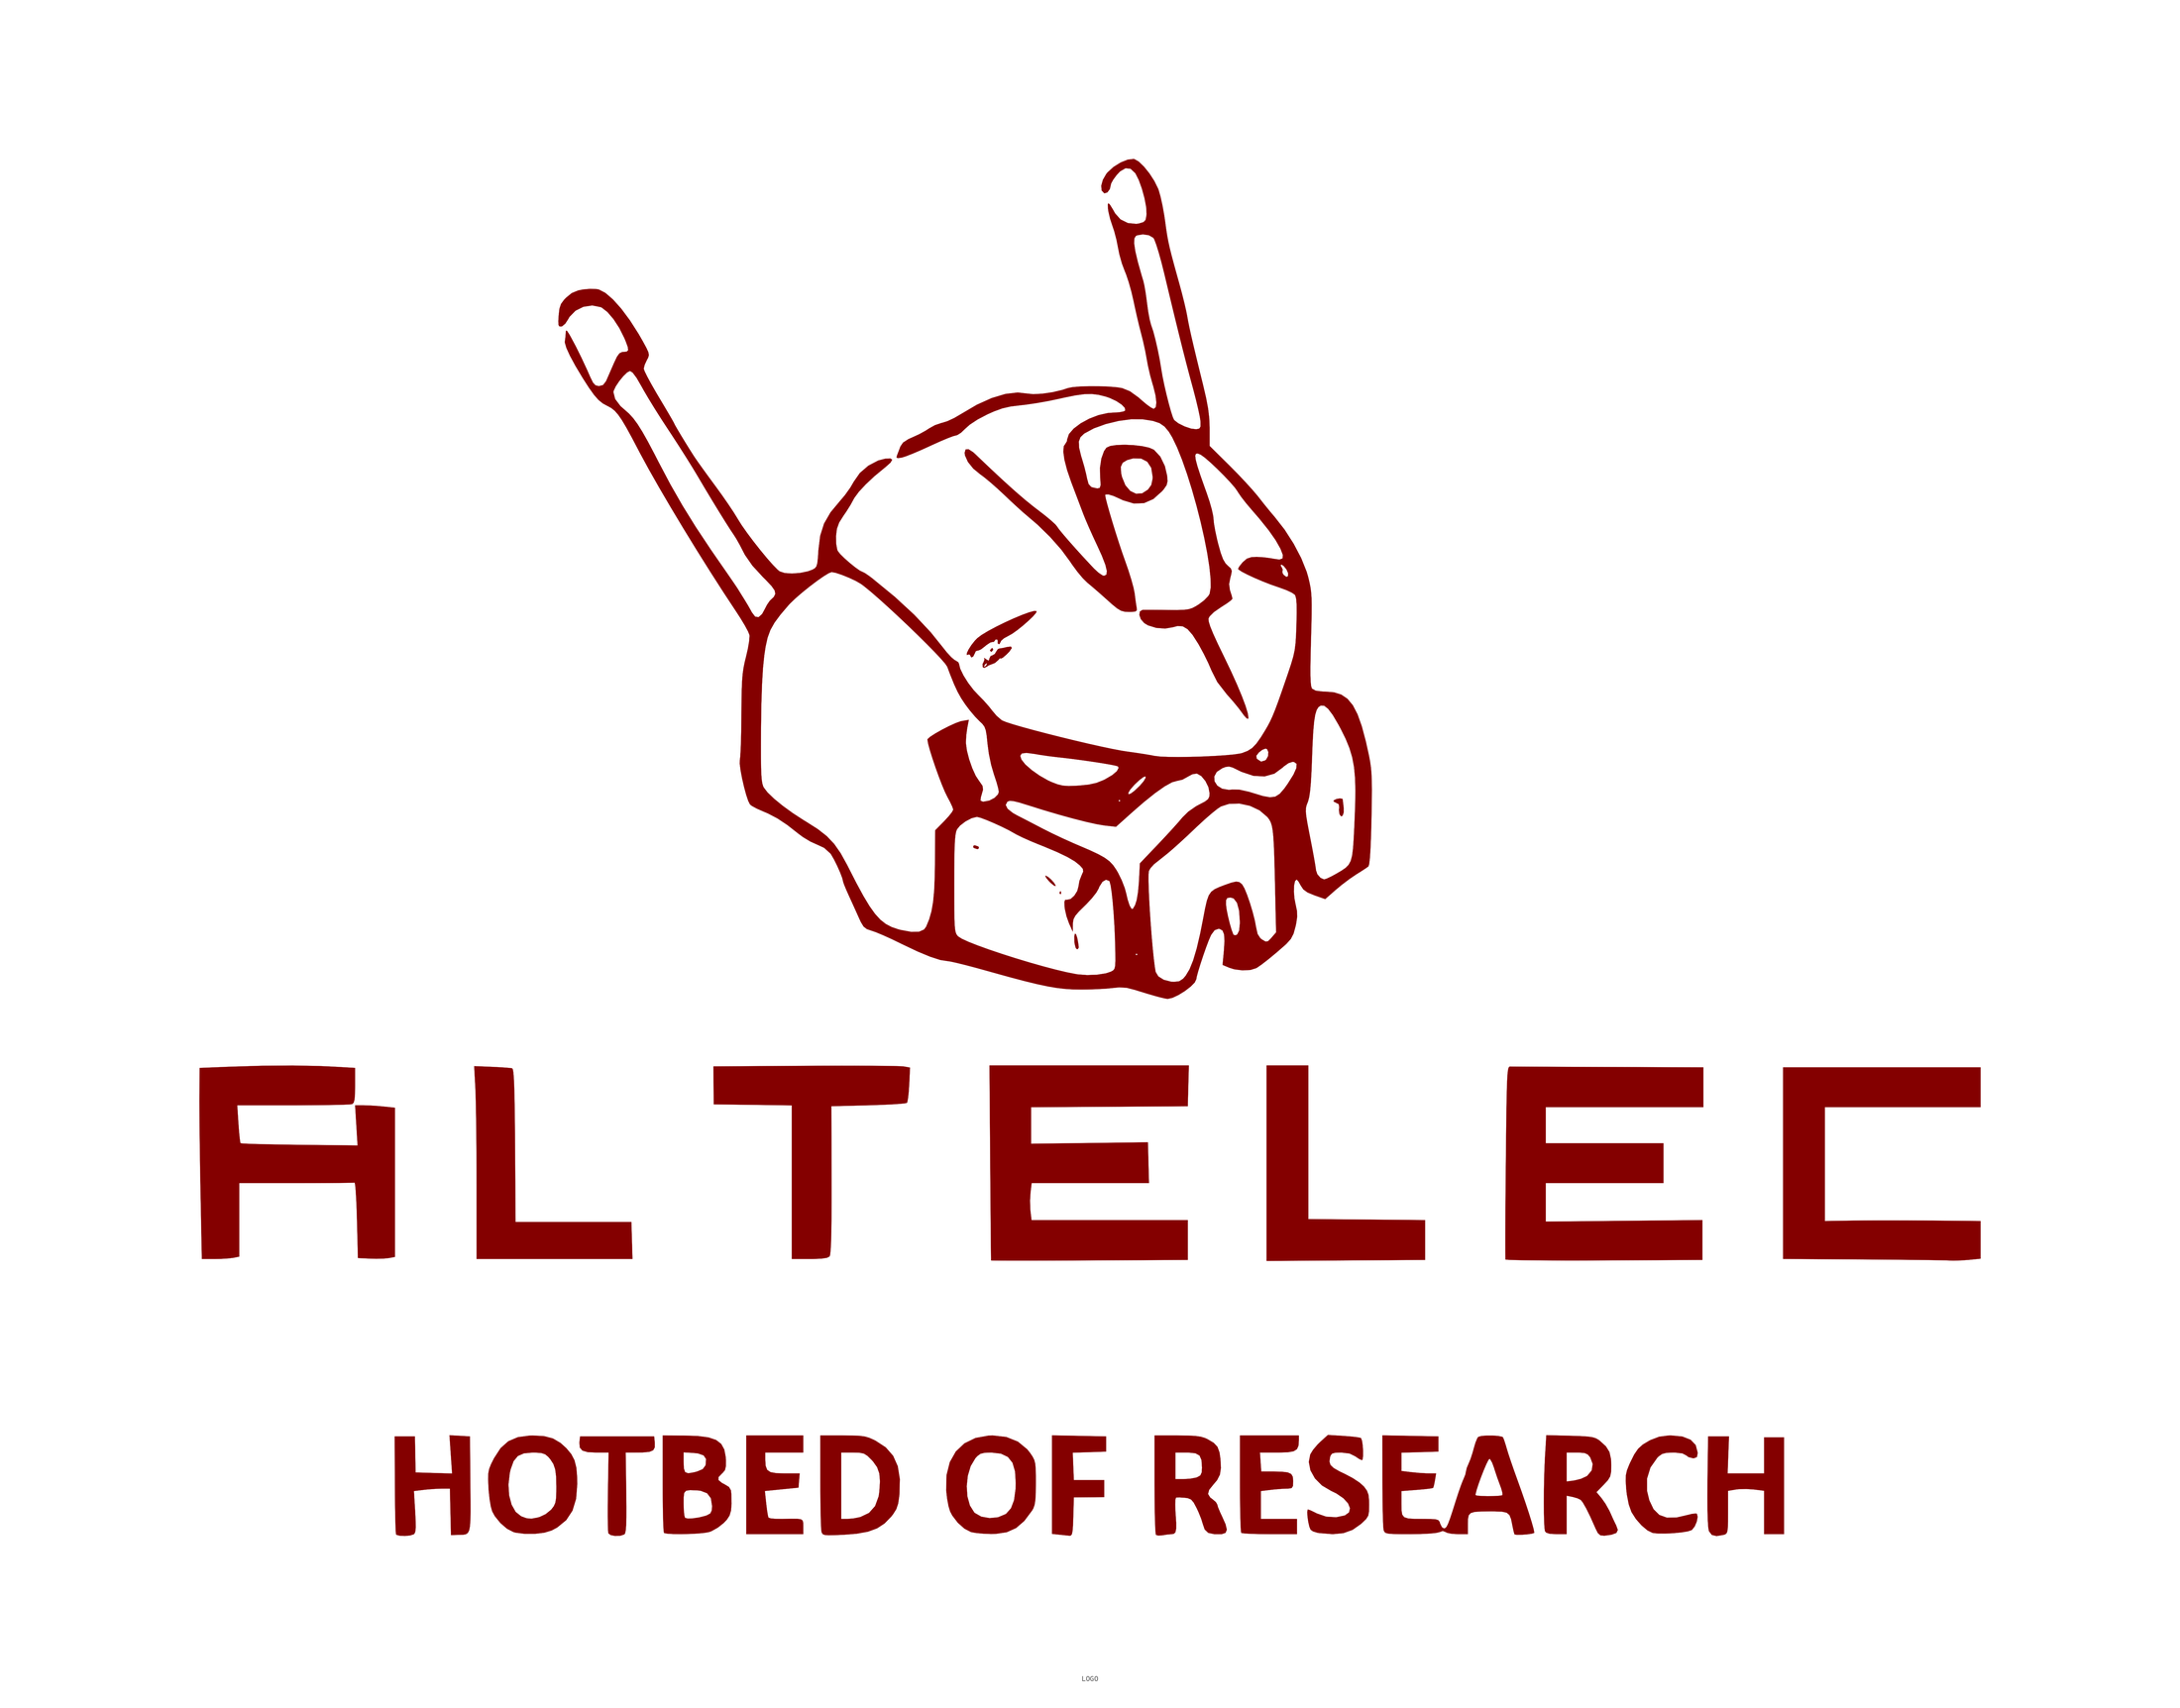
<source format=kicad_sym>
(kicad_symbol_lib
  (version 20210619)
  (generator bitmap2component)
  (symbol "LOGO"
    (pin_names
      (offset 1.016))
    (property "Reference" "#G"
      (at 0 143.895 0)
      (effects (font (size 1.27 1.27)) hide))
    (symbol "LOGO_0_0"
      (polyline (pts (xy -129.865 -125.817) (xy -129.18 -125.597) (xy -129.065 -125.498) (xy -128.891 -125.103) (xy -128.813 -124.364) (xy -128.823 -123.157) (xy -128.915 -121.36) (xy -129.153 -117.441) (xy -127.272 -117.215) (xy -126.685 -117.152) (xy -125.177 -117.034) (xy -123.881 -116.986) (xy -122.371 -116.983) (xy -122.271 -121.365) (xy -122.17 -125.748) (xy -120.864 -125.71) (xy -120.526 -125.703) (xy -119.871 -125.683) (xy -119.37 -125.591) (xy -119.004 -125.348) (xy -118.752 -124.873) (xy -118.596 -124.085) (xy -118.514 -122.904) (xy -118.487 -121.249) (xy -118.496 -119.04) (xy -118.521 -116.196) (xy -118.593 -107.145) (xy -120.524 -107.035) (xy -122.454 -106.925) (xy -122.206 -110.536) (xy -121.957 -114.147) (xy -128.835 -113.942) (xy -128.968 -107.145) (xy -132.771 -107.145) (xy -132.736 -116.231) (xy -132.723 -118.316) (xy -132.696 -120.612) (xy -132.66 -122.59) (xy -132.615 -124.15) (xy -132.565 -125.194) (xy -132.513 -125.622) (xy -132.421 -125.705) (xy -131.781 -125.873) (xy -130.83 -125.91) (xy -129.865 -125.817)) (stroke (width 0.01)) (fill (type outline)))
      (polyline (pts (xy -90.294 -125.879) (xy -89.512 -125.623) (xy -89.369 -125.408) (xy -89.249 -124.849) (xy -89.172 -123.881) (xy -89.132 -122.427) (xy -89.128 -120.412) (xy -89.154 -117.758) (xy -89.258 -110.185) (xy -86.932 -110.18) (xy -86.019 -110.166) (xy -84.784 -110.049) (xy -84.078 -109.754) (xy -83.782 -109.214) (xy -83.775 -108.36) (xy -83.891 -107.145) (xy -97.844 -107.145) (xy -97.959 -108.15) (xy -97.977 -108.335) (xy -97.896 -109.243) (xy -97.414 -109.811) (xy -96.432 -110.103) (xy -94.848 -110.186) (xy -92.477 -110.185) (xy -92.599 -117.536) (xy -92.607 -118.057) (xy -92.629 -120.262) (xy -92.631 -122.216) (xy -92.612 -123.802) (xy -92.575 -124.904) (xy -92.521 -125.406) (xy -92.102 -125.735) (xy -91.257 -125.909) (xy -90.294 -125.879)) (stroke (width 0.01)) (fill (type outline)))
      (polyline (pts (xy -49.907 -125.759) (xy -48.172 -125.683) (xy -45.764 -125.493) (xy -43.603 -125.102) (xy -41.888 -124.472) (xy -40.484 -123.554) (xy -39.255 -122.294) (xy -38.891 -121.833) (xy -38.274 -120.853) (xy -37.923 -119.797) (xy -37.714 -118.345) (xy -37.69 -118.1) (xy -37.614 -115.181) (xy -38.001 -112.767) (xy -38.876 -110.797) (xy -40.264 -109.211) (xy -42.191 -107.95) (xy -42.54 -107.776) (xy -43.38 -107.406) (xy -44.198 -107.169) (xy -45.178 -107.037) (xy -46.503 -106.979) (xy -48.36 -106.966) (xy -52.589 -106.966) (xy -52.584 -115.642) (xy -52.579 -117.294) (xy -52.559 -119.63) (xy -52.526 -121.687) (xy -52.499 -122.707) (xy -48.654 -122.707) (xy -48.654 -110.186) (xy -46.434 -110.186) (xy -45.186 -110.218) (xy -44.372 -110.387) (xy -43.712 -110.803) (xy -42.928 -111.576) (xy -42.647 -111.883) (xy -41.888 -112.954) (xy -41.471 -114.135) (xy -41.348 -115.62) (xy -41.474 -117.598) (xy -41.603 -118.455) (xy -42.266 -120.274) (xy -43.416 -121.57) (xy -45.056 -122.35) (xy -45.069 -122.353) (xy -46.304 -122.601) (xy -47.491 -122.705) (xy -48.654 -122.707) (xy -52.499 -122.707) (xy -52.481 -123.356) (xy -52.429 -124.529) (xy -52.37 -125.095) (xy -52.302 -125.316) (xy -52.125 -125.576) (xy -51.753 -125.724) (xy -51.057 -125.779) (xy -49.907 -125.759)) (stroke (width 0.01)) (fill (type outline)))
      (polyline (pts (xy -5.413 -125.841) (xy -5.208 -125.597) (xy -5.075 -125.003) (xy -4.991 -123.938) (xy -4.931 -122.28) (xy -4.83 -118.633) (xy 0.894 -118.593) (xy 0.894 -115.373) (xy -4.83 -115.373) (xy -4.934 -112.794) (xy -5.039 -110.214) (xy -1.893 -110.111) (xy 1.252 -110.007) (xy 1.252 -107.145) (xy -3.846 -107.046) (xy -8.944 -106.947) (xy -8.944 -125.526) (xy -7.602 -125.666) (xy -7.457 -125.681) (xy -6.406 -125.79) (xy -5.647 -125.867) (xy -5.413 -125.841)) (stroke (width 0.01)) (fill (type outline)))
      (polyline (pts (xy 11.937 -125.775) (xy 12.781 -125.638) (xy 13.601 -125.569) (xy 14.012 -125.505) (xy 14.307 -125.208) (xy 14.444 -124.558) (xy 14.449 -123.437) (xy 14.342 -121.725) (xy 14.31 -121.249) (xy 14.268 -119.968) (xy 14.305 -119.053) (xy 14.416 -118.677) (xy 14.477 -118.663) (xy 15.108 -118.647) (xy 16.062 -118.707) (xy 16.651 -118.788) (xy 17.261 -119.044) (xy 17.751 -119.618) (xy 18.317 -120.682) (xy 18.665 -121.435) (xy 19.169 -122.69) (xy 19.472 -123.666) (xy 19.824 -124.694) (xy 20.497 -125.332) (xy 21.644 -125.573) (xy 21.733 -125.579) (xy 23.018 -125.576) (xy 23.759 -125.318) (xy 23.991 -124.72) (xy 23.749 -123.698) (xy 23.067 -122.171) (xy 22.718 -121.428) (xy 22.334 -120.503) (xy 22.184 -119.976) (xy 21.927 -119.527) (xy 21.286 -118.984) (xy 20.85 -118.653) (xy 20.453 -117.995) (xy 20.658 -117.218) (xy 21.474 -116.202) (xy 22.157 -115.393) (xy 22.688 -114.347) (xy 22.877 -113.088) (xy 22.787 -111.382) (xy 22.61 -110.158) (xy 22.229 -109.113) (xy 21.524 -108.357) (xy 20.34 -107.656) (xy 19.889 -107.449) (xy 19.094 -107.208) (xy 18.069 -107.061) (xy 16.652 -106.987) (xy 14.682 -106.966) (xy 10.375 -106.966) (xy 10.375 -110.186) (xy 14.31 -110.186) (xy 16.444 -110.186) (xy 16.747 -110.188) (xy 18.072 -110.32) (xy 18.854 -110.751) (xy 19.224 -111.611) (xy 19.318 -113.033) (xy 19.267 -113.919) (xy 19.004 -114.501) (xy 18.401 -114.846) (xy 18.184 -114.916) (xy 17.114 -115.115) (xy 15.896 -115.194) (xy 14.31 -115.194) (xy 14.31 -110.186) (xy 10.375 -110.186) (xy 10.375 -116.208) (xy 10.383 -118.439) (xy 10.409 -120.738) (xy 10.45 -122.713) (xy 10.504 -124.266) (xy 10.569 -125.3) (xy 10.64 -125.716) (xy 11.113 -125.842) (xy 11.937 -125.775)) (stroke (width 0.01)) (fill (type outline)))
      (polyline (pts (xy 79.562 -125.684) (xy 80.565 -125.607) (xy 81.431 -125.487) (xy 81.892 -125.345) (xy 81.907 -125.225) (xy 81.768 -124.532) (xy 81.427 -123.315) (xy 80.917 -121.673) (xy 80.269 -119.707) (xy 79.513 -117.514) (xy 78.681 -115.194) (xy 78.117 -113.624) (xy 77.515 -111.887) (xy 77.022 -110.402) (xy 76.709 -109.379) (xy 76.545 -108.811) (xy 76.238 -107.856) (xy 76.02 -107.322) (xy 75.863 -107.217) (xy 75.144 -107.065) (xy 74.086 -106.987) (xy 72.938 -106.987) (xy 71.946 -107.07) (xy 71.359 -107.24) (xy 71.174 -107.501) (xy 70.838 -108.314) (xy 70.509 -109.426) (xy 70.311 -110.156) (xy 69.909 -111.395) (xy 69.539 -112.288) (xy 69.207 -113.065) (xy 69.045 -113.763) (xy 68.928 -114.34) (xy 68.581 -115.194) (xy 68.463 -115.453) (xy 68.086 -116.427) (xy 67.613 -117.783) (xy 67.475 -118.21) (xy 70.834 -118.21) (xy 70.85 -118.04) (xy 71.046 -117.249) (xy 71.41 -116.122) (xy 71.878 -114.827) (xy 72.384 -113.534) (xy 72.863 -112.412) (xy 73.249 -111.631) (xy 73.477 -111.361) (xy 73.615 -111.469) (xy 73.981 -112.1) (xy 74.338 -113.073) (xy 74.46 -113.477) (xy 74.946 -114.937) (xy 75.461 -116.337) (xy 75.684 -116.949) (xy 75.917 -117.797) (xy 75.922 -118.215) (xy 75.834 -118.258) (xy 75.216 -118.347) (xy 74.221 -118.398) (xy 73.066 -118.409) (xy 71.972 -118.381) (xy 71.155 -118.315) (xy 70.834 -118.21) (xy 67.475 -118.21) (xy 67.119 -119.308) (xy 66.508 -121.249) (xy 66.032 -122.682) (xy 65.675 -123.625) (xy 65.395 -124.175) (xy 65.149 -124.432) (xy 64.894 -124.496) (xy 64.518 -124.273) (xy 64.184 -123.601) (xy 64.069 -123.23) (xy 63.831 -122.937) (xy 63.341 -122.78) (xy 62.444 -122.718) (xy 60.986 -122.707) (xy 59.35 -122.698) (xy 58.136 -122.615) (xy 57.404 -122.375) (xy 57.033 -121.892) (xy 56.899 -121.082) (xy 56.882 -119.86) (xy 56.882 -117.447) (xy 59.796 -117.222) (xy 60.23 -117.187) (xy 61.521 -117.065) (xy 62.454 -116.947) (xy 62.852 -116.856) (xy 62.875 -116.822) (xy 63.031 -116.303) (xy 63.204 -115.418) (xy 63.415 -114.121) (xy 62.026 -114.118) (xy 61.545 -114.108) (xy 60.168 -114.025) (xy 58.76 -113.889) (xy 56.882 -113.664) (xy 56.882 -110.212) (xy 60.37 -110.109) (xy 63.858 -110.007) (xy 63.858 -107.145) (xy 58.581 -107.046) (xy 53.304 -106.947) (xy 53.309 -115.453) (xy 53.313 -116.948) (xy 53.333 -119.276) (xy 53.368 -121.333) (xy 53.414 -123.007) (xy 53.468 -124.188) (xy 53.53 -124.764) (xy 53.548 -124.831) (xy 53.674 -125.135) (xy 53.926 -125.342) (xy 54.423 -125.469) (xy 55.282 -125.537) (xy 56.62 -125.564) (xy 58.557 -125.569) (xy 60.529 -125.54) (xy 62.21 -125.459) (xy 63.444 -125.335) (xy 64.099 -125.178) (xy 64.665 -124.971) (xy 65.22 -125.178) (xy 65.496 -125.322) (xy 66.361 -125.499) (xy 67.507 -125.569) (xy 69.403 -125.569) (xy 69.403 -123.64) (xy 69.423 -122.694) (xy 69.564 -122.009) (xy 69.944 -121.591) (xy 70.683 -121.372) (xy 71.9 -121.289) (xy 73.713 -121.276) (xy 74.433 -121.278) (xy 75.827 -121.329) (xy 76.712 -121.525) (xy 77.236 -121.964) (xy 77.547 -122.742) (xy 77.795 -123.957) (xy 77.852 -124.257) (xy 78.047 -125.144) (xy 78.195 -125.612) (xy 78.215 -125.631) (xy 78.689 -125.698) (xy 79.562 -125.684)) (stroke (width 0.01)) (fill (type outline)))
      (polyline (pts (xy 96.323 -125.697) (xy 96.463 -125.673) (xy 97.379 -125.344) (xy 97.649 -124.771) (xy 97.32 -123.865) (xy 97.174 -123.585) (xy 96.746 -122.682) (xy 96.254 -121.581) (xy 96.04 -121.122) (xy 95.32 -119.835) (xy 94.581 -118.786) (xy 93.628 -117.654) (xy 95.02 -116.228) (xy 95.789 -115.39) (xy 96.208 -114.69) (xy 96.379 -113.851) (xy 96.41 -112.584) (xy 96.364 -111.423) (xy 96.073 -110.088) (xy 95.409 -109.02) (xy 94.252 -107.963) (xy 94.037 -107.802) (xy 93.523 -107.504) (xy 92.879 -107.303) (xy 91.957 -107.173) (xy 90.612 -107.089) (xy 88.698 -107.028) (xy 84.183 -106.912) (xy 83.948 -110.751) (xy 83.931 -111.034) (xy 83.839 -113.003) (xy 83.773 -115.168) (xy 83.765 -115.646) (xy 88.006 -115.646) (xy 88.006 -110.186) (xy 89.932 -110.186) (xy 90.421 -110.191) (xy 91.404 -110.282) (xy 92.002 -110.556) (xy 92.458 -111.101) (xy 92.923 -112.345) (xy 92.734 -113.557) (xy 91.91 -114.559) (xy 91.756 -114.663) (xy 90.698 -115.147) (xy 89.495 -115.447) (xy 88.006 -115.646) (xy 83.765 -115.646) (xy 83.734 -117.4) (xy 83.72 -119.569) (xy 83.733 -121.544) (xy 83.772 -123.195) (xy 83.837 -124.391) (xy 83.93 -125.003) (xy 84.151 -125.282) (xy 84.832 -125.504) (xy 86.076 -125.569) (xy 88.006 -125.569) (xy 88.006 -118.325) (xy 89.134 -118.55) (xy 90.047 -118.808) (xy 90.673 -119.117) (xy 91.068 -119.618) (xy 91.7 -120.724) (xy 92.475 -122.296) (xy 93.337 -124.228) (xy 93.44 -124.468) (xy 93.886 -125.36) (xy 94.367 -125.789) (xy 95.105 -125.865) (xy 96.323 -125.697)) (stroke (width 0.01)) (fill (type outline)))
      (polyline (pts (xy 117.609 -125.701) (xy 117.831 -125.633) (xy 118.106 -125.448) (xy 118.278 -125.067) (xy 118.37 -124.359) (xy 118.407 -123.195) (xy 118.414 -121.445) (xy 118.414 -117.404) (xy 119.878 -117.156) (xy 120.424 -117.092) (xy 121.844 -117.056) (xy 123.277 -117.151) (xy 125.211 -117.392) (xy 125.211 -125.569) (xy 127.09 -125.568) (xy 128.968 -125.568) (xy 128.968 -107.324) (xy 127.09 -107.324) (xy 125.211 -107.324) (xy 125.211 -114.121) (xy 118.335 -114.121) (xy 118.464 -110.633) (xy 118.593 -107.145) (xy 114.658 -107.145) (xy 114.548 -115.566) (xy 114.548 -115.618) (xy 114.528 -118.516) (xy 114.545 -120.965) (xy 114.599 -122.9) (xy 114.687 -124.252) (xy 114.808 -124.957) (xy 114.843 -125.043) (xy 115.371 -125.721) (xy 116.254 -125.93) (xy 117.609 -125.701)) (stroke (width 0.01)) (fill (type outline)))
      (polyline (pts (xy -106.365 -125.508) (xy -104.587 -125.294) (xy -103.21 -124.882) (xy -102.154 -124.315) (xy -100.453 -122.921) (xy -99.279 -121.136) (xy -98.599 -118.898) (xy -98.38 -116.146) (xy -98.4 -114.861) (xy -98.554 -113.032) (xy -98.908 -111.629) (xy -99.516 -110.469) (xy -100.432 -109.374) (xy -101.516 -108.387) (xy -102.946 -107.542) (xy -104.615 -107.099) (xy -106.742 -106.975) (xy -107.292 -106.985) (xy -109.56 -107.286) (xy -111.365 -108.053) (xy -112.826 -109.354) (xy -114.061 -111.259) (xy -114.619 -112.37) (xy -114.973 -113.266) (xy -115.141 -114.14) (xy -115.169 -115.238) (xy -115.127 -116.222) (xy -111.344 -116.222) (xy -111.096 -114.064) (xy -110.932 -113.348) (xy -110.376 -111.809) (xy -109.577 -110.838) (xy -108.419 -110.332) (xy -106.787 -110.186) (xy -106.263 -110.191) (xy -105.134 -110.278) (xy -104.408 -110.524) (xy -103.853 -110.991) (xy -103.462 -111.446) (xy -102.88 -112.339) (xy -102.531 -113.362) (xy -102.36 -114.71) (xy -102.316 -116.574) (xy -102.322 -117.627) (xy -102.375 -118.855) (xy -102.517 -119.678) (xy -102.79 -120.29) (xy -103.233 -120.88) (xy -103.32 -120.979) (xy -104.335 -121.801) (xy -105.469 -122.337) (xy -105.908 -122.454) (xy -107.02 -122.659) (xy -107.917 -122.58) (xy -108.942 -122.208) (xy -108.95 -122.204) (xy -109.984 -121.381) (xy -110.752 -120.017) (xy -111.218 -118.252) (xy -111.344 -116.222) (xy -115.127 -116.222) (xy -115.102 -116.804) (xy -115.068 -117.339) (xy -114.9 -118.944) (xy -114.665 -120.341) (xy -114.402 -121.276) (xy -113.916 -122.168) (xy -112.856 -123.481) (xy -111.601 -124.561) (xy -110.376 -125.189) (xy -109.965 -125.293) (xy -108.255 -125.512) (xy -106.365 -125.508)) (stroke (width 0.01)) (fill (type outline)))
      (polyline (pts (xy -77.263 -125.532) (xy -75.744 -125.455) (xy -74.451 -125.336) (xy -73.561 -125.18) (xy -73.079 -125.002) (xy -71.896 -124.34) (xy -70.809 -123.483) (xy -70.197 -122.84) (xy -69.691 -122.059) (xy -69.415 -121.121) (xy -69.318 -119.84) (xy -69.353 -118.033) (xy -69.436 -117.307) (xy -69.803 -116.675) (xy -70.655 -116.161) (xy -71.12 -115.921) (xy -71.777 -115.377) (xy -71.763 -114.812) (xy -71.102 -114.12) (xy -71 -114.035) (xy -70.564 -113.505) (xy -70.38 -112.766) (xy -70.376 -111.569) (xy -70.409 -111.045) (xy -70.679 -109.626) (xy -71.259 -108.566) (xy -72.228 -107.817) (xy -73.665 -107.335) (xy -75.649 -107.073) (xy -78.257 -106.986) (xy -82.282 -106.966) (xy -82.282 -110.149) (xy -78.347 -110.149) (xy -76.505 -110.257) (xy -75.62 -110.353) (xy -74.574 -110.723) (xy -74.115 -111.4) (xy -74.183 -112.44) (xy -74.244 -112.644) (xy -74.741 -113.311) (xy -75.756 -113.745) (xy -76.451 -113.93) (xy -77.489 -114.098) (xy -78.058 -113.882) (xy -78.298 -113.181) (xy -78.347 -111.896) (xy -78.347 -110.149) (xy -82.282 -110.149) (xy -82.282 -116.029) (xy -82.275 -118.102) (xy -82.258 -119.785) (xy -78.347 -119.785) (xy -78.341 -118.656) (xy -78.236 -117.795) (xy -77.885 -117.383) (xy -77.136 -117.272) (xy -75.842 -117.316) (xy -75.162 -117.384) (xy -73.921 -117.856) (xy -73.208 -118.797) (xy -72.98 -120.251) (xy -73.028 -121.067) (xy -73.299 -121.657) (xy -73.939 -122.016) (xy -74.259 -122.127) (xy -75.404 -122.417) (xy -76.583 -122.595) (xy -77.554 -122.633) (xy -78.078 -122.503) (xy -78.213 -122.031) (xy -78.31 -121.054) (xy -78.347 -119.785) (xy -82.258 -119.785) (xy -82.252 -120.388) (xy -82.215 -122.352) (xy -82.166 -123.896) (xy -82.108 -124.922) (xy -82.043 -125.331) (xy -81.99 -125.365) (xy -81.369 -125.484) (xy -80.255 -125.55) (xy -78.826 -125.565) (xy -77.263 -125.532)) (stroke (width 0.01)) (fill (type outline)))
      (polyline (pts (xy -55.808 -124.138) (xy -55.808 -124.054) (xy -55.814 -123.42) (xy -55.919 -123.009) (xy -56.246 -122.776) (xy -56.92 -122.677) (xy -58.063 -122.667) (xy -59.798 -122.703) (xy -61.001 -122.689) (xy -61.933 -122.603) (xy -62.355 -122.462) (xy -62.475 -122.013) (xy -62.631 -121.052) (xy -62.785 -119.802) (xy -63.037 -117.434) (xy -59.87 -117.119) (xy -56.703 -116.804) (xy -56.592 -115.463) (xy -56.481 -114.121) (xy -59.352 -114.121) (xy -60.854 -114.082) (xy -61.966 -113.889) (xy -62.604 -113.45) (xy -62.895 -112.671) (xy -62.963 -111.462) (xy -62.963 -110.186) (xy -55.808 -110.186) (xy -55.808 -106.966) (xy -66.541 -106.966) (xy -66.541 -125.569) (xy -55.808 -125.569) (xy -55.808 -124.138)) (stroke (width 0.01)) (fill (type outline)))
      (polyline (pts (xy -19.578 -125.523) (xy -17.465 -125.206) (xy -15.704 -124.416) (xy -14.155 -123.073) (xy -12.678 -121.097) (xy -12.456 -120.702) (xy -12.22 -120.029) (xy -12.078 -119.11) (xy -12.007 -117.79) (xy -11.987 -115.91) (xy -11.989 -114.642) (xy -12.018 -113.244) (xy -12.108 -112.277) (xy -12.289 -111.573) (xy -12.595 -110.962) (xy -13.058 -110.275) (xy -13.61 -109.579) (xy -15.365 -108.133) (xy -17.539 -107.259) (xy -20.116 -106.966) (xy -20.86 -106.988) (xy -23.36 -107.441) (xy -25.436 -108.452) (xy -27.058 -109.981) (xy -28.194 -111.992) (xy -28.81 -114.447) (xy -28.858 -116.534) (xy -25.013 -116.534) (xy -24.806 -114.563) (xy -24.264 -112.745) (xy -23.387 -111.27) (xy -23.02 -110.862) (xy -22.429 -110.421) (xy -21.657 -110.228) (xy -20.439 -110.186) (xy -20.359 -110.186) (xy -18.562 -110.391) (xy -17.25 -111.016) (xy -16.378 -112.117) (xy -15.9 -113.754) (xy -15.768 -115.982) (xy -15.805 -117.076) (xy -16.088 -119.169) (xy -16.665 -120.689) (xy -17.555 -121.699) (xy -17.698 -121.8) (xy -19.11 -122.392) (xy -20.717 -122.548) (xy -22.263 -122.275) (xy -23.487 -121.576) (xy -23.598 -121.467) (xy -24.41 -120.176) (xy -24.882 -118.469) (xy -25.013 -116.534) (xy -28.858 -116.534) (xy -28.876 -117.307) (xy -28.872 -117.358) (xy -28.699 -118.882) (xy -28.437 -120.287) (xy -28.142 -121.276) (xy -27.727 -122.066) (xy -26.682 -123.43) (xy -25.432 -124.539) (xy -24.194 -125.18) (xy -23.285 -125.346) (xy -21.942 -125.475) (xy -20.467 -125.537) (xy -19.578 -125.523)) (stroke (width 0.01)) (fill (type outline)))
      (polyline (pts (xy 37.206 -122.707) (xy 30.409 -122.707) (xy 30.409 -117.441) (xy 32.287 -117.215) (xy 32.921 -117.145) (xy 34.27 -117.032) (xy 35.328 -116.986) (xy 35.575 -116.984) (xy 36.2 -116.887) (xy 36.447 -116.493) (xy 36.49 -115.594) (xy 36.49 -115.544) (xy 36.416 -114.751) (xy 36.121 -114.236) (xy 35.482 -113.94) (xy 34.376 -113.803) (xy 32.679 -113.768) (xy 30.477 -113.763) (xy 30.354 -111.975) (xy 30.23 -110.186) (xy 33.526 -110.186) (xy 33.825 -110.185) (xy 35.488 -110.131) (xy 36.575 -109.942) (xy 37.203 -109.549) (xy 37.493 -108.886) (xy 37.563 -107.884) (xy 37.563 -106.966) (xy 26.473 -106.966) (xy 26.473 -116.029) (xy 26.48 -118.102) (xy 26.502 -120.388) (xy 26.54 -122.352) (xy 26.589 -123.896) (xy 26.647 -124.922) (xy 26.712 -125.331) (xy 26.795 -125.364) (xy 27.455 -125.445) (xy 28.645 -125.51) (xy 30.23 -125.553) (xy 32.078 -125.569) (xy 37.206 -125.569) (xy 37.206 -122.707)) (stroke (width 0.01)) (fill (type outline)))
      (polyline (pts (xy 45.969 -125.378) (xy 47.674 -124.765) (xy 49.191 -123.705) (xy 49.49 -123.441) (xy 50.24 -122.715) (xy 50.63 -122.083) (xy 50.777 -121.275) (xy 50.8 -120.021) (xy 50.789 -119.253) (xy 50.678 -118.16) (xy 50.382 -117.364) (xy 49.822 -116.591) (xy 48.986 -115.844) (xy 47.704 -114.997) (xy 46.225 -114.218) (xy 45.24 -113.747) (xy 44.124 -113.108) (xy 43.518 -112.526) (xy 43.322 -111.888) (xy 43.434 -111.079) (xy 43.521 -110.788) (xy 43.801 -110.393) (xy 44.383 -110.223) (xy 45.474 -110.186) (xy 45.588 -110.186) (xy 47.114 -110.366) (xy 48.198 -110.901) (xy 48.224 -110.921) (xy 48.956 -111.413) (xy 49.462 -111.617) (xy 49.568 -111.48) (xy 49.656 -110.835) (xy 49.66 -109.873) (xy 49.59 -108.832) (xy 49.456 -107.95) (xy 49.272 -107.465) (xy 49.194 -107.426) (xy 48.555 -107.299) (xy 47.445 -107.17) (xy 46.045 -107.06) (xy 43.036 -106.872) (xy 41.594 -108.175) (xy 41.083 -108.675) (xy 40.237 -109.68) (xy 39.711 -110.542) (xy 39.441 -111.956) (xy 39.747 -113.541) (xy 40.597 -115.065) (xy 41.918 -116.399) (xy 43.633 -117.41) (xy 44.648 -117.906) (xy 45.967 -118.813) (xy 46.835 -119.768) (xy 47.202 -120.683) (xy 47.02 -121.47) (xy 46.239 -122.042) (xy 44.58 -122.393) (xy 42.682 -122.27) (xy 40.939 -121.667) (xy 40.555 -121.467) (xy 39.728 -121.074) (xy 39.275 -120.918) (xy 39.219 -120.953) (xy 39.145 -121.432) (xy 39.197 -122.291) (xy 39.342 -123.289) (xy 39.549 -124.186) (xy 39.785 -124.743) (xy 40.238 -125.057) (xy 41.078 -125.315) (xy 41.448 -125.37) (xy 43.94 -125.57) (xy 45.969 -125.378)) (stroke (width 0.01)) (fill (type outline)))
      (polyline (pts (xy 108.139 -125.384) (xy 109.626 -125.24) (xy 110.837 -125.044) (xy 111.552 -124.811) (xy 111.627 -124.759) (xy 112.142 -124.109) (xy 112.527 -123.198) (xy 112.691 -122.308) (xy 112.543 -121.725) (xy 112.362 -121.676) (xy 111.642 -121.747) (xy 110.622 -121.996) (xy 108.742 -122.43) (xy 106.907 -122.467) (xy 105.474 -121.956) (xy 104.385 -120.874) (xy 103.586 -119.2) (xy 103.154 -117.414) (xy 103.15 -115.11) (xy 103.798 -113.003) (xy 105.085 -111.17) (xy 105.335 -110.92) (xy 105.99 -110.451) (xy 106.808 -110.237) (xy 108.063 -110.186) (xy 108.466 -110.191) (xy 109.827 -110.347) (xy 110.544 -110.723) (xy 110.984 -111.046) (xy 111.84 -111.259) (xy 111.996 -111.255) (xy 112.548 -111.037) (xy 112.69 -110.341) (xy 112.686 -110.164) (xy 112.32 -108.774) (xy 111.358 -107.774) (xy 109.811 -107.169) (xy 107.688 -106.966) (xy 107.235 -106.973) (xy 105.442 -107.203) (xy 103.824 -107.822) (xy 103.542 -107.967) (xy 102.346 -108.683) (xy 101.471 -109.481) (xy 100.735 -110.56) (xy 99.959 -112.12) (xy 99.786 -112.505) (xy 99.372 -113.552) (xy 99.17 -114.477) (xy 99.139 -115.555) (xy 99.239 -117.066) (xy 99.348 -118.071) (xy 99.715 -119.972) (xy 100.224 -121.402) (xy 100.231 -121.415) (xy 101.062 -122.718) (xy 102.126 -123.928) (xy 103.238 -124.864) (xy 104.215 -125.342) (xy 105.213 -125.451) (xy 106.595 -125.46) (xy 108.139 -125.384)) (stroke (width 0.01)) (fill (type outline)))
      (polyline (pts (xy -11.833 -74.002) (xy -8.784 -73.995) (xy -5.443 -73.983) (xy -1.878 -73.967) (xy 16.635 -73.875) (xy 16.635 -66.362) (xy 1.917 -66.363) (xy -12.8 -66.364) (xy -13.002 -64.663) (xy -13.041 -64.236) (xy -13.079 -62.671) (xy -12.991 -61.175) (xy -12.779 -59.386) (xy 9.326 -59.386) (xy 9.224 -55.54) (xy 9.123 -51.694) (xy -1.878 -51.831) (xy -12.879 -51.968) (xy -12.879 -45.084) (xy 16.635 -44.897) (xy 16.737 -41.051) (xy 16.838 -37.206) (xy -20.719 -37.206) (xy -20.583 -55.54) (xy -20.575 -56.672) (xy -20.548 -60.16) (xy -20.523 -63.403) (xy -20.498 -66.335) (xy -20.476 -68.888) (xy -20.456 -70.996) (xy -20.44 -72.589) (xy -20.428 -73.602) (xy -20.42 -73.967) (xy -20.373 -73.974) (xy -19.781 -73.988) (xy -18.565 -73.998) (xy -16.79 -74.004) (xy -14.524 -74.005) (xy -11.833 -74.002)) (stroke (width 0.01)) (fill (type outline)))
      (polyline (pts (xy 46.418 -73.968) (xy 61.353 -73.875) (xy 61.353 -66.362) (xy 39.352 -66.173) (xy 39.352 -37.206) (xy 31.482 -37.206) (xy 31.482 -74.061) (xy 46.418 -73.968)) (stroke (width 0.01)) (fill (type outline)))
      (polyline (pts (xy 91.528 -73.98) (xy 95.094 -73.967) (xy 113.585 -73.875) (xy 113.585 -66.362) (xy 98.828 -66.505) (xy 84.07 -66.648) (xy 84.07 -59.386) (xy 106.251 -59.386) (xy 106.251 -51.873) (xy 84.07 -51.873) (xy 84.07 -45.076) (xy 113.763 -45.076) (xy 113.763 -37.563) (xy 95.876 -37.504) (xy 95.215 -37.502) (xy 91.721 -37.489) (xy 88.445 -37.477) (xy 85.46 -37.464) (xy 82.835 -37.452) (xy 80.642 -37.441) (xy 78.952 -37.43) (xy 77.835 -37.421) (xy 77.363 -37.414) (xy 77.29 -37.419) (xy 77.159 -37.496) (xy 77.05 -37.712) (xy 76.958 -38.127) (xy 76.881 -38.795) (xy 76.818 -39.777) (xy 76.764 -41.128) (xy 76.718 -42.907) (xy 76.677 -45.172) (xy 76.638 -47.978) (xy 76.599 -51.386) (xy 76.558 -55.451) (xy 76.549 -56.326) (xy 76.518 -59.81) (xy 76.493 -63.059) (xy 76.475 -66.006) (xy 76.463 -68.581) (xy 76.459 -70.715) (xy 76.462 -72.341) (xy 76.473 -73.388) (xy 76.491 -73.788) (xy 76.542 -73.807) (xy 77.144 -73.855) (xy 78.371 -73.897) (xy 80.155 -73.931) (xy 82.43 -73.957) (xy 85.129 -73.974) (xy 88.184 -73.982) (xy 91.528 -73.98)) (stroke (width 0.01)) (fill (type outline)))
      (polyline (pts (xy 162.285 -73.967) (xy 163.758 -73.861) (xy 165.994 -73.639) (xy 165.994 -66.541) (xy 156.782 -66.458) (xy 155.381 -66.447) (xy 152.411 -66.43) (xy 149.414 -66.424) (xy 146.575 -66.426) (xy 144.08 -66.437) (xy 142.115 -66.458) (xy 136.659 -66.541) (xy 136.659 -45.076) (xy 165.994 -45.076) (xy 165.994 -37.563) (xy 128.789 -37.563) (xy 128.789 -73.688) (xy 143.725 -73.781) (xy 145.133 -73.79) (xy 148.326 -73.815) (xy 151.306 -73.841) (xy 153.991 -73.87) (xy 156.296 -73.899) (xy 158.137 -73.927) (xy 159.43 -73.954) (xy 160.092 -73.979) (xy 160.857 -74.002) (xy 162.285 -73.967)) (stroke (width 0.01)) (fill (type outline)))
      (polyline (pts (xy -165.476 -73.671) (xy -164.128 -73.59) (xy -163.177 -73.472) (xy -162.059 -73.249) (xy -162.059 -59.386) (xy -151.327 -59.386) (xy -150.37 -59.386) (xy -147.736 -59.381) (xy -145.365 -59.371) (xy -143.348 -59.357) (xy -141.776 -59.339) (xy -140.738 -59.319) (xy -140.326 -59.297) (xy -140.309 -59.305) (xy -140.217 -59.75) (xy -140.122 -60.783) (xy -140.029 -62.3) (xy -139.946 -64.195) (xy -139.879 -66.362) (xy -139.7 -73.517) (xy -137.375 -73.627) (xy -136.239 -73.654) (xy -134.873 -73.62) (xy -133.887 -73.522) (xy -132.724 -73.306) (xy -132.724 -45.178) (xy -134.923 -44.948) (xy -135.886 -44.86) (xy -137.425 -44.758) (xy -138.676 -44.718) (xy -140.23 -44.718) (xy -139.766 -52.295) (xy -150.704 -52.173) (xy -151.855 -52.16) (xy -154.493 -52.12) (xy -156.857 -52.075) (xy -158.859 -52.025) (xy -160.412 -51.973) (xy -161.425 -51.922) (xy -161.812 -51.873) (xy -161.866 -51.697) (xy -161.975 -50.93) (xy -162.095 -49.712) (xy -162.209 -48.206) (xy -162.436 -44.718) (xy -151.902 -44.718) (xy -151.166 -44.718) (xy -148.518 -44.707) (xy -146.112 -44.684) (xy -144.043 -44.649) (xy -142.405 -44.606) (xy -141.293 -44.556) (xy -140.803 -44.501) (xy -140.763 -44.484) (xy -140.501 -44.219) (xy -140.34 -43.633) (xy -140.259 -42.597) (xy -140.237 -40.978) (xy -140.237 -37.673) (xy -144.261 -37.441) (xy -147.006 -37.316) (xy -152.003 -37.221) (xy -157.56 -37.262) (xy -163.585 -37.44) (xy -169.518 -37.674) (xy -169.56 -42.895) (xy -169.563 -43.843) (xy -169.557 -45.861) (xy -169.537 -48.382) (xy -169.505 -51.278) (xy -169.463 -54.417) (xy -169.412 -57.67) (xy -169.353 -60.906) (xy -169.106 -73.696) (xy -166.701 -73.696) (xy -165.476 -73.671)) (stroke (width 0.01)) (fill (type outline)))
      (polyline (pts (xy -88.082 -70.208) (xy -88.184 -66.72) (xy -110.007 -66.72) (xy -110.1 -52.308) (xy -110.102 -52.143) (xy -110.131 -48.386) (xy -110.168 -45.292) (xy -110.213 -42.809) (xy -110.269 -40.884) (xy -110.338 -39.468) (xy -110.421 -38.508) (xy -110.52 -37.954) (xy -110.637 -37.753) (xy -110.831 -37.717) (xy -111.659 -37.634) (xy -112.923 -37.549) (xy -114.439 -37.475) (xy -117.797 -37.338) (xy -117.575 -41.475) (xy -117.573 -41.512) (xy -117.522 -42.846) (xy -117.475 -44.782) (xy -117.434 -47.21) (xy -117.399 -50.02) (xy -117.372 -53.105) (xy -117.354 -56.352) (xy -117.347 -59.654) (xy -117.341 -73.696) (xy -87.98 -73.696) (xy -88.082 -70.208)) (stroke (width 0.01)) (fill (type outline)))
      (polyline (pts (xy -53.945 -73.692) (xy -52.338 -73.625) (xy -51.332 -73.468) (xy -50.842 -73.21) (xy -50.743 -72.892) (xy -50.648 -72.036) (xy -50.575 -70.628) (xy -50.521 -68.633) (xy -50.487 -66.02) (xy -50.471 -62.757) (xy -50.473 -58.811) (xy -50.508 -44.897) (xy -43.528 -44.718) (xy -43.281 -44.712) (xy -41.133 -44.641) (xy -39.244 -44.553) (xy -37.728 -44.456) (xy -36.699 -44.356) (xy -36.271 -44.262) (xy -36.212 -44.139) (xy -36.07 -43.423) (xy -35.939 -42.249) (xy -35.842 -40.798) (xy -35.689 -37.612) (xy -36.895 -37.396) (xy -36.9 -37.395) (xy -37.507 -37.354) (xy -38.752 -37.319) (xy -40.561 -37.292) (xy -42.857 -37.273) (xy -45.566 -37.262) (xy -48.612 -37.259) (xy -51.919 -37.266) (xy -55.413 -37.282) (xy -72.726 -37.385) (xy -72.697 -40.962) (xy -72.669 -44.539) (xy -65.312 -44.636) (xy -57.955 -44.733) (xy -57.955 -73.696) (xy -54.6 -73.696) (xy -53.945 -73.692)) (stroke (width 0.01)) (fill (type outline)))
      (polyline (pts (xy 13.757 -24.456) (xy 14.896 -23.921) (xy 16.093 -23.179) (xy 17.169 -22.352) (xy 17.946 -21.563) (xy 18.245 -20.935) (xy 18.329 -20.451) (xy 18.612 -19.412) (xy 19.036 -18.037) (xy 19.541 -16.506) (xy 20.067 -15.001) (xy 20.555 -13.702) (xy 20.945 -12.79) (xy 21.072 -12.54) (xy 21.697 -11.703) (xy 22.401 -11.448) (xy 22.664 -11.47) (xy 23.19 -11.775) (xy 23.48 -12.507) (xy 23.556 -13.756) (xy 23.439 -15.611) (xy 23.192 -18.256) (xy 24.463 -18.787) (xy 25.392 -19.078) (xy 26.937 -19.28) (xy 28.423 -19.208) (xy 29.551 -18.858) (xy 29.618 -18.819) (xy 30.552 -18.174) (xy 31.846 -17.169) (xy 33.352 -15.922) (xy 34.925 -14.55) (xy 35.228 -14.271) (xy 36.049 -13.358) (xy 36.562 -12.364) (xy 36.945 -10.972) (xy 37.067 -10.396) (xy 37.247 -9.14) (xy 37.199 -8.041) (xy 36.922 -6.717) (xy 36.735 -5.75) (xy 36.624 -4.45) (xy 36.659 -3.292) (xy 36.831 -2.465) (xy 37.132 -2.154) (xy 37.165 -2.162) (xy 37.498 -2.536) (xy 37.921 -3.291) (xy 38.407 -4.024) (xy 39.2 -4.598) (xy 40.493 -5.134) (xy 42.529 -5.847) (xy 44.531 -4.086) (xy 45.673 -3.138) (xy 47.124 -2.04) (xy 48.398 -1.177) (xy 49.256 -0.638) (xy 50.157 -0.049) (xy 50.663 0.313) (xy 50.799 0.715) (xy 50.937 1.835) (xy 51.057 3.655) (xy 51.159 6.167) (xy 51.242 9.36) (xy 51.249 9.717) (xy 51.298 12.502) (xy 51.315 14.707) (xy 51.296 16.454) (xy 51.236 17.864) (xy 51.128 19.058) (xy 50.969 20.158) (xy 50.754 21.286) (xy 50.179 23.888) (xy 49.418 26.744) (xy 48.616 28.993) (xy 47.732 30.695) (xy 46.722 31.913) (xy 45.547 32.707) (xy 44.162 33.139) (xy 42.526 33.27) (xy 42.056 33.278) (xy 40.752 33.439) (xy 40.056 33.821) (xy 39.997 33.912) (xy 39.868 34.349) (xy 39.783 35.12) (xy 39.74 36.303) (xy 39.738 37.973) (xy 39.774 40.206) (xy 39.848 43.077) (xy 39.92 45.708) (xy 39.966 47.898) (xy 39.977 49.599) (xy 39.948 50.93) (xy 39.873 52.007) (xy 39.747 52.945) (xy 39.564 53.863) (xy 39.321 54.877) (xy 39.027 55.884) (xy 37.999 58.443) (xy 36.577 61.151) (xy 34.877 63.801) (xy 33.016 66.183) (xy 32.154 67.201) (xy 31.024 68.591) (xy 29.965 69.939) (xy 29.807 70.142) (xy 28.835 71.289) (xy 27.532 72.73) (xy 26.049 74.3) (xy 24.535 75.836) (xy 20.749 79.586) (xy 20.749 82.844) (xy 20.748 83.114) (xy 20.676 84.843) (xy 20.469 86.604) (xy 20.093 88.611) (xy 19.519 91.079) (xy 19.034 93.043) (xy 18.315 95.987) (xy 17.742 98.374) (xy 17.296 100.293) (xy 16.956 101.829) (xy 16.704 103.071) (xy 16.518 104.104) (xy 16.344 104.991) (xy 15.99 106.532) (xy 15.536 108.341) (xy 15.039 110.186) (xy 14.717 111.336) (xy 14.081 113.635) (xy 13.597 115.444) (xy 13.234 116.9) (xy 12.96 118.142) (xy 12.744 119.311) (xy 12.555 120.542) (xy 12.36 121.977) (xy 12.207 123.023) (xy 11.874 124.885) (xy 11.502 126.573) (xy 11.148 127.817) (xy 11.038 128.108) (xy 10.341 129.521) (xy 9.417 130.95) (xy 8.396 132.226) (xy 7.409 133.185) (xy 6.586 133.658) (xy 6.422 133.688) (xy 5.319 133.561) (xy 3.991 133.027) (xy 2.654 132.192) (xy 1.52 131.161) (xy 1.292 130.881) (xy 0.642 129.757) (xy 0.339 128.652) (xy 0.411 127.749) (xy 0.889 127.23) (xy 0.947 127.213) (xy 1.494 127.392) (xy 1.954 128.019) (xy 2.147 128.863) (xy 2.202 129.079) (xy 2.596 129.794) (xy 3.246 130.675) (xy 3.882 131.347) (xy 4.914 131.948) (xy 5.863 131.841) (xy 6.732 131.025) (xy 6.802 130.922) (xy 7.412 129.711) (xy 7.997 128.082) (xy 8.485 126.299) (xy 8.802 124.627) (xy 8.874 123.329) (xy 8.849 123.019) (xy 8.694 122.202) (xy 8.299 121.788) (xy 7.47 121.531) (xy 6.944 121.446) (xy 5.364 121.6) (xy 3.955 122.294) (xy 2.943 123.434) (xy 2.546 124.14) (xy 1.991 125.04) (xy 1.682 125.345) (xy 1.571 125.084) (xy 1.612 124.287) (xy 1.681 123.795) (xy 2 122.421) (xy 2.445 121.067) (xy 2.78 120.072) (xy 3.201 118.47) (xy 3.343 117.751) (xy 6.534 117.751) (xy 6.568 118.695) (xy 6.845 119.167) (xy 7.09 119.292) (xy 8.165 119.48) (xy 9.308 119.309) (xy 10.155 118.817) (xy 10.343 118.482) (xy 10.714 117.495) (xy 11.173 116.022) (xy 11.681 114.185) (xy 12.202 112.109) (xy 13.22 107.855) (xy 14.144 104.032) (xy 14.955 100.721) (xy 15.678 97.826) (xy 16.337 95.252) (xy 16.954 92.904) (xy 17.554 90.689) (xy 17.707 90.125) (xy 18.198 88.224) (xy 18.61 86.496) (xy 18.901 85.115) (xy 19.034 84.249) (xy 19.045 84.097) (xy 19.045 83.246) (xy 18.815 82.861) (xy 18.245 82.728) (xy 18.241 82.728) (xy 17.256 82.849) (xy 16.02 83.268) (xy 14.849 83.854) (xy 14.061 84.474) (xy 13.809 85.026) (xy 13.457 86.12) (xy 13.047 87.595) (xy 12.619 89.29) (xy 12.214 91.044) (xy 11.873 92.697) (xy 11.635 94.087) (xy 11.621 94.182) (xy 11.328 95.936) (xy 10.95 97.825) (xy 10.535 99.639) (xy 10.133 101.167) (xy 9.789 102.198) (xy 9.72 102.387) (xy 9.45 103.427) (xy 9.182 104.859) (xy 8.964 106.43) (xy 8.911 106.876) (xy 8.696 108.432) (xy 8.466 109.778) (xy 8.265 110.662) (xy 7.964 111.656) (xy 7.225 114.276) (xy 6.751 116.293) (xy 6.534 117.751) (xy 3.343 117.751) (xy 3.514 116.885) (xy 3.754 115.69) (xy 4.237 113.966) (xy 4.784 112.51) (xy 5.017 111.943) (xy 5.515 110.46) (xy 6.013 108.683) (xy 6.431 106.884) (xy 6.608 106.041) (xy 7.043 104.081) (xy 7.488 102.198) (xy 7.871 100.706) (xy 8.209 99.373) (xy 8.622 97.497) (xy 8.929 95.837) (xy 9.128 94.748) (xy 9.552 92.889) (xy 10.016 91.229) (xy 10.153 90.784) (xy 10.568 89.093) (xy 10.721 87.761) (xy 10.608 86.888) (xy 10.225 86.575) (xy 10.195 86.577) (xy 9.654 86.849) (xy 8.79 87.481) (xy 7.775 88.349) (xy 7.337 88.737) (xy 5.731 89.895) (xy 4.258 90.487) (xy 3.255 90.647) (xy 1.7 90.773) (xy -0.103 90.838) (xy -1.964 90.842) (xy -3.688 90.785) (xy -5.083 90.668) (xy -5.958 90.489) (xy -6.974 90.153) (xy -8.837 89.714) (xy -10.754 89.434) (xy -12.484 89.345) (xy -13.786 89.477) (xy -15.415 89.66) (xy -17.715 89.39) (xy -20.306 88.612) (xy -23.103 87.352) (xy -26.02 85.636) (xy -26.045 85.62) (xy -27.356 84.854) (xy -28.637 84.253) (xy -29.616 83.945) (xy -29.763 83.918) (xy -31.002 83.498) (xy -32.145 82.857) (xy -32.677 82.504) (xy -33.923 81.814) (xy -35.243 81.206) (xy -36.002 80.868) (xy -37.003 80.216) (xy -37.503 79.477) (xy -37.788 78.709) (xy -38.123 77.843) (xy -38.237 77.432) (xy -38.005 77.281) (xy -37.235 77.392) (xy -37.203 77.399) (xy -36.401 77.657) (xy -35.134 78.155) (xy -33.57 78.824) (xy -31.877 79.596) (xy -31.668 79.693) (xy -30.054 80.424) (xy -28.649 81.019) (xy -27.598 81.42) (xy -27.047 81.566) (xy -26.805 81.625) (xy -26.082 82.081) (xy -25.283 82.842) (xy -24.434 83.6) (xy -22.954 84.578) (xy -21.122 85.538) (xy -19.923 86.076) (xy -18.326 86.663) (xy -16.755 87.024) (xy -14.858 87.256) (xy -13.825 87.373) (xy -11.793 87.674) (xy -9.593 88.066) (xy -7.548 88.495) (xy -6.728 88.681) (xy -4.571 89.119) (xy -2.871 89.351) (xy -1.456 89.384) (xy -0.157 89.227) (xy 1.197 88.887) (xy 1.939 88.631) (xy 3.186 88.043) (xy 4.182 87.384) (xy 4.785 86.754) (xy 4.854 86.257) (xy 4.563 86.091) (xy 3.717 85.924) (xy 2.562 85.859) (xy 1.585 85.792) (xy -0.177 85.398) (xy -1.931 84.722) (xy -3.538 83.846) (xy -4.858 82.85) (xy -5.753 81.815) (xy -6.082 80.823) (xy -6.132 80.464) (xy -6.439 79.956) (xy -6.721 79.541) (xy -6.81 78.5) (xy -6.597 76.968) (xy -6.096 75.028) (xy -5.32 72.763) (xy -4.833 71.477) (xy -4.135 69.635) (xy -3.503 67.966) (xy -3.031 66.72) (xy -2.679 65.842) (xy -2.013 64.289) (xy -1.216 62.509) (xy -0.393 60.741) (xy 0.457 58.874) (xy 1.116 57.166) (xy 1.396 55.99) (xy 1.306 55.311) (xy 0.852 55.093) (xy 0.552 55.187) (xy -0.183 55.683) (xy -1.026 56.462) (xy -1.446 56.907) (xy -2.975 58.551) (xy -4.445 60.169) (xy -5.769 61.662) (xy -6.861 62.932) (xy -7.635 63.88) (xy -8.002 64.407) (xy -8.309 64.78) (xy -9.1 65.511) (xy -10.229 66.45) (xy -11.565 67.484) (xy -12.385 68.11) (xy -14.023 69.436) (xy -15.874 71.031) (xy -18.009 72.957) (xy -20.498 75.276) (xy -23.411 78.052) (xy -23.807 78.41) (xy -24.669 78.966) (xy -25.211 78.931) (xy -25.4 78.299) (xy -25.336 77.803) (xy -24.784 76.571) (xy -23.776 75.316) (xy -22.449 74.225) (xy -21.777 73.733) (xy -20.614 72.777) (xy -19.259 71.586) (xy -17.887 70.31) (xy -16.793 69.272) (xy -15.485 68.059) (xy -14.365 67.049) (xy -13.594 66.392) (xy -11.652 64.73) (xy -9.294 62.421) (xy -7.198 60.047) (xy -5.548 57.807) (xy -5.163 57.232) (xy -4.129 55.828) (xy -3.111 54.614) (xy -2.285 53.803) (xy -2.058 53.619) (xy -1.024 52.747) (xy 0.246 51.64) (xy 1.528 50.494) (xy 2.375 49.736) (xy 3.324 48.962) (xy 4.053 48.528) (xy 4.74 48.338) (xy 5.559 48.296) (xy 6.01 48.299) (xy 6.765 48.37) (xy 7.04 48.606) (xy 7.005 49.101) (xy 6.942 49.452) (xy 6.787 50.505) (xy 6.633 51.739) (xy 6.63 51.768) (xy 6.416 52.838) (xy 6 54.367) (xy 5.441 56.154) (xy 4.798 58) (xy 4.271 59.491) (xy 3.672 61.29) (xy 3.05 63.233) (xy 2.449 65.182) (xy 1.909 67) (xy 1.473 68.551) (xy 1.18 69.698) (xy 1.073 70.303) (xy 1.137 70.431) (xy 1.668 70.457) (xy 2.641 70.164) (xy 3.935 69.582) (xy 4.418 69.351) (xy 6.483 68.732) (xy 8.382 68.806) (xy 10.142 69.577) (xy 11.793 71.053) (xy 12.104 71.415) (xy 12.648 72.202) (xy 12.823 72.951) (xy 12.738 74) (xy 12.318 75.791) (xy 11.451 77.581) (xy 10.26 78.86) (xy 10.259 78.861) (xy 9.373 79.251) (xy 8.038 79.544) (xy 6.444 79.732) (xy 4.783 79.805) (xy 3.248 79.756) (xy 2.029 79.576) (xy 1.318 79.256) (xy 0.861 78.609) (xy 0.358 77.21) (xy 0.124 75.632) (xy 4.011 75.632) (xy 4.37 76.416) (xy 5.202 76.921) (xy 6.323 77.235) (xy 7.838 77.214) (xy 9.004 76.608) (xy 9.753 75.459) (xy 10.017 73.81) (xy 10.004 73.344) (xy 9.766 72.228) (xy 9.139 71.354) (xy 8.04 70.645) (xy 6.887 70.573) (xy 5.798 71.098) (xy 4.881 72.167) (xy 4.242 73.73) (xy 4.082 74.434) (xy 4.011 75.632) (xy 0.124 75.632) (xy 0.101 75.472) (xy 0.134 73.606) (xy 0.162 73.326) (xy 0.224 72.225) (xy 0.065 71.683) (xy -0.415 71.572) (xy -1.316 71.768) (xy -1.576 71.868) (xy -2.054 72.398) (xy -2.345 73.463) (xy -2.494 74.2) (xy -2.847 75.62) (xy -3.265 77.052) (xy -3.465 77.703) (xy -3.847 79.287) (xy -3.89 80.42) (xy -3.584 81.239) (xy -2.919 81.883) (xy -2.841 81.938) (xy -1.05 82.905) (xy 1.19 83.716) (xy 3.633 84.311) (xy 6.032 84.628) (xy 8.14 84.608) (xy 8.297 84.59) (xy 10.066 84.308) (xy 11.325 83.887) (xy 12.262 83.237) (xy 13.068 82.267) (xy 13.715 81.196) (xy 14.627 79.296) (xy 15.564 76.96) (xy 16.501 74.287) (xy 17.413 71.38) (xy 18.274 68.338) (xy 19.059 65.261) (xy 19.742 62.251) (xy 20.299 59.407) (xy 20.704 56.831) (xy 20.932 54.623) (xy 20.958 52.883) (xy 20.756 51.711) (xy 20.495 51.282) (xy 19.72 50.478) (xy 18.7 49.709) (xy 18.169 49.378) (xy 17.489 49.02) (xy 16.796 48.801) (xy 15.913 48.688) (xy 14.666 48.651) (xy 12.879 48.658) (xy 11.387 48.669) (xy 9.875 48.677) (xy 8.735 48.678) (xy 8.139 48.673) (xy 8.104 48.672) (xy 7.611 48.374) (xy 7.518 47.722) (xy 7.8 46.925) (xy 8.432 46.193) (xy 9.143 45.767) (xy 10.679 45.289) (xy 12.36 45.157) (xy 13.86 45.417) (xy 14.721 45.643) (xy 15.695 45.578) (xy 16.599 45.042) (xy 17.537 43.969) (xy 18.612 42.289) (xy 18.754 42.042) (xy 19.648 40.391) (xy 20.491 38.674) (xy 21.116 37.228) (xy 22.2 35.075) (xy 23.998 32.756) (xy 24.131 32.612) (xy 25.219 31.371) (xy 26.213 30.159) (xy 26.912 29.218) (xy 27.219 28.791) (xy 27.729 28.234) (xy 28.011 28.146) (xy 28.059 28.34) (xy 27.934 29.195) (xy 27.515 30.576) (xy 26.829 32.406) (xy 25.905 34.614) (xy 24.772 37.126) (xy 23.459 39.866) (xy 22.288 42.287) (xy 21.42 44.186) (xy 20.855 45.575) (xy 20.57 46.511) (xy 20.541 47.052) (xy 20.74 47.445) (xy 21.559 48.264) (xy 22.896 49.19) (xy 22.964 49.232) (xy 24.014 49.91) (xy 24.759 50.462) (xy 25.042 50.773) (xy 25.041 50.798) (xy 24.913 51.348) (xy 24.638 52.211) (xy 24.573 52.409) (xy 24.418 53.528) (xy 24.668 54.821) (xy 24.785 55.221) (xy 24.926 55.994) (xy 24.741 56.496) (xy 24.162 57.023) (xy 23.744 57.445) (xy 23.283 58.226) (xy 22.839 59.421) (xy 22.35 61.175) (xy 22.155 61.969) (xy 21.807 63.578) (xy 21.565 64.967) (xy 21.472 65.9) (xy 21.423 66.385) (xy 21.165 67.587) (xy 20.734 69.107) (xy 20.189 70.73) (xy 19.847 71.675) (xy 19.025 74.002) (xy 18.456 75.749) (xy 18.131 76.976) (xy 18.039 77.747) (xy 18.172 78.122) (xy 18.519 78.164) (xy 19.072 77.935) (xy 19.104 77.917) (xy 19.862 77.369) (xy 20.933 76.438) (xy 22.177 75.267) (xy 23.45 73.997) (xy 24.61 72.77) (xy 25.514 71.728) (xy 26.02 71.013) (xy 26.115 70.845) (xy 26.716 69.967) (xy 27.605 68.822) (xy 28.625 67.614) (xy 30.142 65.855) (xy 31.883 63.683) (xy 33.175 61.841) (xy 34.074 60.255) (xy 34.11 60.181) (xy 34.55 59.032) (xy 34.493 58.375) (xy 33.9 58.156) (xy 32.733 58.322) (xy 32.426 58.386) (xy 31.025 58.58) (xy 29.618 58.662) (xy 28.628 58.613) (xy 27.77 58.331) (xy 27.024 57.69) (xy 26.887 57.539) (xy 26.489 57.038) (xy 34.119 57.038) (xy 34.259 57.239) (xy 34.262 57.239) (xy 34.696 56.962) (xy 35.23 56.307) (xy 35.546 55.591) (xy 35.524 55.048) (xy 35.217 54.886) (xy 34.707 55.265) (xy 34.478 55.636) (xy 34.468 56.053) (xy 34.528 56.242) (xy 34.297 56.759) (xy 34.119 57.038) (xy 26.489 57.038) (xy 26.338 56.848) (xy 26.116 56.415) (xy 26.194 56.294) (xy 26.784 55.895) (xy 27.835 55.345) (xy 29.207 54.707) (xy 30.758 54.045) (xy 32.347 53.425) (xy 33.834 52.909) (xy 33.899 52.888) (xy 35.186 52.417) (xy 36.222 51.937) (xy 36.787 51.549) (xy 36.912 51.336) (xy 37.065 50.714) (xy 37.146 49.679) (xy 37.16 48.131) (xy 37.114 45.97) (xy 37.045 44.013) (xy 36.945 42.416) (xy 36.779 41.104) (xy 36.508 39.857) (xy 36.095 38.453) (xy 35.501 36.669) (xy 35.138 35.607) (xy 34.297 33.167) (xy 33.621 31.259) (xy 33.066 29.776) (xy 32.589 28.61) (xy 32.148 27.653) (xy 31.699 26.798) (xy 31.198 25.937) (xy 30.42 24.678) (xy 29.549 23.448) (xy 28.758 22.627) (xy 27.909 22.084) (xy 26.869 21.684) (xy 26.588 21.611) (xy 25.403 21.429) (xy 23.71 21.269) (xy 22.278 21.175) (xy 29.545 21.175) (xy 30.027 21.799) (xy 30.673 22.301) (xy 31.303 22.538) (xy 31.587 22.42) (xy 31.819 21.866) (xy 31.765 21.118) (xy 31.41 20.463) (xy 31.22 20.296) (xy 30.447 20.066) (xy 29.713 20.547) (xy 29.607 20.69) (xy 29.545 21.175) (xy 22.278 21.175) (xy 21.66 21.135) (xy 19.404 21.032) (xy 17.094 20.965) (xy 14.881 20.94) (xy 12.915 20.96) (xy 11.349 21.03) (xy 10.332 21.156) (xy 9.768 21.268) (xy 8.474 21.488) (xy 6.842 21.739) (xy 5.096 21.985) (xy 4.163 22.132) (xy 2.419 22.462) (xy 0.29 22.911) (xy -2.115 23.451) (xy -4.69 24.056) (xy -7.324 24.699) (xy -9.91 25.351) (xy -12.339 25.988) (xy -14.503 26.58) (xy -16.293 27.102) (xy -17.6 27.526) (xy -18.317 27.825) (xy -18.487 27.934) (xy -19.392 28.718) (xy -20.209 29.685) (xy -20.85 30.501) (xy -21.851 31.625) (xy -22.937 32.734) (xy -23.717 33.572) (xy -24.742 34.913) (xy -25.62 36.313) (xy -26.235 37.58) (xy -26.47 38.523) (xy -26.601 38.808) (xy -27.174 39.169) (xy -27.288 39.223) (xy -27.908 39.74) (xy -28.745 40.646) (xy -29.652 41.786) (xy -31.807 44.469) (xy -34.891 47.754) (xy -38.546 51.128) (xy -42.831 54.646) (xy -43.408 55.082) (xy -44.183 55.611) (xy -44.608 55.823) (xy -44.611 55.823) (xy -45.136 56.071) (xy -45.994 56.676) (xy -47.011 57.493) (xy -48.016 58.377) (xy -48.834 59.182) (xy -49.294 59.764) (xy -49.412 60.052) (xy -49.618 61.196) (xy -49.633 62.644) (xy -49.468 63.964) (xy -49.046 65.139) (xy -48.236 66.423) (xy -47.697 67.207) (xy -46.913 68.455) (xy -46.354 69.476) (xy -46.201 69.762) (xy -45.336 70.938) (xy -44.023 72.354) (xy -42.377 73.892) (xy -40.515 75.434) (xy -40.289 75.612) (xy -39.354 76.455) (xy -39.051 76.987) (xy -39.379 77.225) (xy -40.336 77.185) (xy -41.682 76.837) (xy -43.534 75.866) (xy -45.144 74.482) (xy -46.282 72.852) (xy -46.94 71.725) (xy -47.941 70.324) (xy -49.02 69.045) (xy -50.668 67.062) (xy -51.886 64.946) (xy -52.614 62.641) (xy -52.947 59.926) (xy -53.034 58.522) (xy -53.149 57.491) (xy -53.327 56.875) (xy -53.619 56.517) (xy -54.072 56.257) (xy -54.915 55.945) (xy -56.389 55.642) (xy -57.935 55.53) (xy -59.303 55.622) (xy -60.244 55.931) (xy -60.635 56.249) (xy -61.519 57.15) (xy -62.641 58.424) (xy -63.895 59.943) (xy -65.178 61.574) (xy -66.386 63.188) (xy -67.415 64.653) (xy -68.159 65.84) (xy -68.21 65.929) (xy -68.93 67.093) (xy -69.945 68.618) (xy -71.126 70.318) (xy -72.345 72.004) (xy -72.551 72.282) (xy -73.725 73.883) (xy -74.811 75.384) (xy -75.695 76.626) (xy -76.263 77.452) (xy -76.546 77.886) (xy -77.264 79.019) (xy -78.056 80.297) (xy -78.829 81.57) (xy -79.494 82.688) (xy -79.96 83.499) (xy -80.135 83.856) (xy -80.194 83.981) (xy -80.552 84.62) (xy -81.18 85.702) (xy -82.016 87.12) (xy -82.997 88.766) (xy -83.543 89.688) (xy -84.46 91.293) (xy -85.194 92.651) (xy -85.682 93.642) (xy -85.859 94.145) (xy -85.859 94.159) (xy -85.678 94.888) (xy -85.26 95.79) (xy -85.025 96.225) (xy -84.89 96.704) (xy -84.985 97.254) (xy -85.351 98.061) (xy -86.026 99.306) (xy -86.828 100.705) (xy -88.461 103.262) (xy -90.09 105.453) (xy -91.65 107.202) (xy -93.079 108.434) (xy -94.312 109.075) (xy -94.76 109.158) (xy -95.974 109.2) (xy -97.317 109.079) (xy -98.21 108.899) (xy -99.416 108.406) (xy -100.487 107.531) (xy -100.874 107.127) (xy -101.441 106.348) (xy -101.737 105.456) (xy -101.885 104.148) (xy -101.945 103.133) (xy -101.916 102.413) (xy -101.739 102.121) (xy -101.373 102.103) (xy -101.233 102.145) (xy -100.635 102.645) (xy -100.082 103.498) (xy -99.845 103.918) (xy -98.715 105.079) (xy -97.216 105.824) (xy -95.559 106.075) (xy -93.953 105.756) (xy -93.765 105.666) (xy -92.696 104.835) (xy -91.555 103.501) (xy -90.455 101.814) (xy -89.511 99.924) (xy -89.252 99.306) (xy -88.861 98.24) (xy -88.79 97.637) (xy -89.046 97.368) (xy -89.635 97.307) (xy -89.953 97.281) (xy -90.441 97.036) (xy -90.896 96.408) (xy -91.446 95.25) (xy -91.858 94.305) (xy -92.424 93.007) (xy -92.852 92.03) (xy -92.972 91.773) (xy -93.521 91.066) (xy -94.281 90.868) (xy -94.346 90.868) (xy -94.942 91.015) (xy -95.418 91.527) (xy -95.929 92.567) (xy -96.509 93.888) (xy -97.577 96.182) (xy -98.659 98.367) (xy -99.619 100.163) (xy -99.921 100.688) (xy -100.312 101.276) (xy -100.497 101.32) (xy -100.554 100.879) (xy -100.595 100.222) (xy -100.71 99.308) (xy -100.712 99.052) (xy -100.425 98.057) (xy -99.748 96.573) (xy -98.709 94.657) (xy -97.336 92.368) (xy -96.177 90.561) (xy -95.577 89.722) (xy -91.574 89.722) (xy -91.527 89.983) (xy -91.138 90.811) (xy -90.484 91.794) (xy -89.715 92.738) (xy -88.986 93.447) (xy -88.449 93.725) (xy -87.941 93.404) (xy -87.201 92.416) (xy -86.251 90.773) (xy -85.878 90.099) (xy -84.948 88.517) (xy -83.789 86.626) (xy -82.511 84.606) (xy -81.226 82.639) (xy -80.602 81.695) (xy -79.223 79.57) (xy -77.858 77.422) (xy -76.635 75.455) (xy -75.684 73.875) (xy -75.563 73.668) (xy -74.265 71.474) (xy -72.936 69.263) (xy -71.653 67.161) (xy -70.495 65.296) (xy -69.539 63.794) (xy -68.865 62.785) (xy -68.42 62.083) (xy -67.738 60.874) (xy -67.064 59.565) (xy -66.789 59.043) (xy -65.386 57.021) (xy -63.391 54.85) (xy -62.871 54.338) (xy -61.791 53.194) (xy -61.201 52.357) (xy -61.063 51.708) (xy -61.34 51.13) (xy -61.994 50.504) (xy -62.126 50.371) (xy -62.627 49.642) (xy -63.141 48.656) (xy -63.552 47.906) (xy -64.214 47.305) (xy -64.87 47.403) (xy -65.486 48.206) (xy -65.627 48.477) (xy -66.216 49.517) (xy -66.888 50.627) (xy -67.148 51.041) (xy -67.746 52) (xy -68.151 52.657) (xy -68.326 52.926) (xy -68.877 53.742) (xy -69.709 54.956) (xy -70.745 56.456) (xy -71.907 58.129) (xy -73.203 60.008) (xy -76.032 64.271) (xy -78.535 68.313) (xy -80.839 72.34) (xy -83.066 76.558) (xy -83.807 78.004) (xy -85.064 80.385) (xy -86.116 82.252) (xy -87.021 83.696) (xy -87.839 84.807) (xy -88.628 85.677) (xy -89.447 86.396) (xy -90.237 87.093) (xy -91.243 88.425) (xy -91.574 89.722) (xy -95.577 89.722) (xy -95.21 89.207) (xy -94.377 88.261) (xy -93.577 87.608) (xy -92.708 87.135) (xy -92.618 87.094) (xy -91.948 86.722) (xy -91.324 86.219) (xy -90.688 85.498) (xy -89.979 84.475) (xy -89.139 83.063) (xy -88.106 81.177) (xy -86.822 78.733) (xy -86.536 78.187) (xy -84.913 75.2) (xy -82.966 71.766) (xy -80.763 68.002) (xy -78.378 64.025) (xy -75.878 59.949) (xy -73.335 55.892) (xy -70.82 51.969) (xy -68.402 48.298) (xy -67.618 47.086) (xy -66.802 45.729) (xy -66.213 44.634) (xy -65.943 43.964) (xy -65.922 43.718) (xy -66 42.735) (xy -66.232 41.373) (xy -66.583 39.847) (xy -66.823 38.882) (xy -67.046 37.789) (xy -67.208 36.652) (xy -67.319 35.336) (xy -67.389 33.708) (xy -67.43 31.634) (xy -67.451 28.977) (xy -67.456 28.226) (xy -67.486 25.947) (xy -67.535 23.903) (xy -67.564 23.129) (xy -63.782 23.129) (xy -63.768 26.116) (xy -63.764 26.574) (xy -63.699 30.956) (xy -63.574 34.677) (xy -63.392 37.72) (xy -63.153 40.068) (xy -62.904 41.719) (xy -62.525 43.433) (xy -61.993 44.888) (xy -61.216 46.272) (xy -60.104 47.773) (xy -58.566 49.581) (xy -58.285 49.886) (xy -57.277 50.852) (xy -56.013 51.946) (xy -54.624 53.067) (xy -53.241 54.115) (xy -51.997 54.988) (xy -51.023 55.587) (xy -50.451 55.808) (xy -49.673 55.66) (xy -48.489 55.265) (xy -47.143 54.719) (xy -45.874 54.12) (xy -44.918 53.563) (xy -44.333 53.128) (xy -43.089 52.111) (xy -41.564 50.786) (xy -39.841 49.233) (xy -38 47.529) (xy -36.124 45.754) (xy -34.294 43.984) (xy -32.591 42.298) (xy -31.096 40.775) (xy -29.892 39.493) (xy -29.059 38.53) (xy -28.68 37.964) (xy -28.125 36.489) (xy -27.387 34.658) (xy -26.723 33.226) (xy -26.048 32.018) (xy -25.279 30.86) (xy -24.431 29.737) (xy -23.428 28.549) (xy -22.585 27.686) (xy -22.073 27.202) (xy -21.671 26.665) (xy -21.416 25.977) (xy -21.242 24.95) (xy -21.083 23.397) (xy -20.838 21.568) (xy -20.755 21.165) (xy -14.931 21.165) (xy -14.644 21.607) (xy -13.768 21.723) (xy -12.274 21.529) (xy -11.296 21.36) (xy -9.531 21.099) (xy -7.87 20.898) (xy -6.907 20.795) (xy -5.038 20.569) (xy -3.073 20.307) (xy -1.146 20.029) (xy 0.609 19.755) (xy 2.056 19.506) (xy 3.062 19.302) (xy 3.493 19.165) (xy 3.604 18.878) (xy 3.278 18.265) (xy 2.399 17.523) (xy 1.038 16.725) (xy 0.764 16.589) (xy -0.571 16.058) (xy -2.041 15.733) (xy -3.935 15.546) (xy -4.296 15.524) (xy -5.798 15.47) (xy -6.91 15.546) (xy -7.901 15.785) (xy -9.041 16.224) (xy -9.718 16.537) (xy -11.29 17.434) (xy -12.771 18.48) (xy -13.971 19.534) (xy -14.701 20.454) (xy -14.931 21.165) (xy -20.755 21.165) (xy -20.401 19.449) (xy -19.873 17.648) (xy -19.829 17.524) (xy -19.39 16.192) (xy -19.079 15.062) (xy -18.96 14.365) (xy -19.019 14.181) (xy 5.43 14.181) (xy 5.808 14.816) (xy 6.603 15.725) (xy 6.653 15.776) (xy 7.556 16.616) (xy 8.281 17.161) (xy 8.673 17.297) (xy 8.705 17.02) (xy 8.329 16.374) (xy 7.599 15.517) (xy 6.62 14.586) (xy 5.916 14.054) (xy 5.466 13.9) (xy 5.43 14.181) (xy -19.019 14.181) (xy -19.106 13.906) (xy -19.766 13.236) (xy -20.75 12.725) (xy -20.88 12.7) (xy 3.578 12.7) (xy 3.756 12.879) (xy 3.935 12.7) (xy 3.756 12.521) (xy 3.578 12.7) (xy -20.88 12.7) (xy -21.829 12.521) (xy -21.986 12.525) (xy -22.412 12.714) (xy -22.355 13.326) (xy -22.192 13.893) (xy -21.938 14.791) (xy -22.034 15.501) (xy -22.654 16.4) (xy -22.674 16.421) (xy -23.314 17.392) (xy -23.966 18.826) (xy -24.547 20.487) (xy -24.973 22.137) (xy -25.162 23.54) (xy -25.165 23.755) (xy -25.093 25.072) (xy -24.91 26.407) (xy -24.614 27.95) (xy -25.991 27.71) (xy -26.175 27.669) (xy -27.119 27.328) (xy -28.352 26.767) (xy -29.684 26.084) (xy -30.925 25.382) (xy -31.888 24.76) (xy -32.381 24.318) (xy -32.401 24.17) (xy -32.272 23.432) (xy -31.949 22.237) (xy -31.479 20.727) (xy -30.912 19.043) (xy -30.297 17.326) (xy -29.68 15.718) (xy -29.111 14.361) (xy -28.639 13.395) (xy -28.144 12.47) (xy -27.879 11.902) (xy -17.669 11.902) (xy -17.355 12.517) (xy -17.334 12.534) (xy -16.926 12.683) (xy -16.24 12.636) (xy -15.147 12.373) (xy -13.517 11.871) (xy -13.499 11.866) (xy -10.533 10.935) (xy -7.627 10.078) (xy -4.905 9.327) (xy -2.489 8.714) (xy -0.502 8.273) (xy 0.933 8.034) (xy 3.118 7.79) (xy 6.299 10.643) (xy 8.309 12.393) (xy 10.474 14.132) (xy 12.282 15.406) (xy 13.696 16.19) (xy 14.679 16.456) (xy 15.626 16.669) (xy 16.586 17.197) (xy 16.602 17.21) (xy 17.494 17.69) (xy 18.321 17.823) (xy 18.376 17.813) (xy 19.189 17.345) (xy 19.259 17.26) (xy 21.624 17.26) (xy 22.091 18.133) (xy 23.144 18.834) (xy 23.769 19.07) (xy 24.403 19.152) (xy 25.108 18.952) (xy 26.159 18.435) (xy 26.746 18.147) (xy 29.01 17.394) (xy 31.098 17.282) (xy 32.956 17.808) (xy 34.531 18.969) (xy 34.734 19.166) (xy 35.609 19.785) (xy 36.378 20.034) (xy 36.649 20.011) (xy 37.133 19.66) (xy 37.102 18.872) (xy 36.552 17.631) (xy 35.479 15.92) (xy 34.813 14.979) (xy 33.959 13.994) (xy 33.117 13.463) (xy 32.119 13.34) (xy 30.796 13.577) (xy 28.977 14.129) (xy 28.215 14.365) (xy 26.355 14.781) (xy 25 14.798) (xy 24.369 14.744) (xy 23.114 14.958) (xy 22.197 15.539) (xy 21.68 16.351) (xy 21.624 17.26) (xy 19.259 17.26) (xy 19.956 16.418) (xy 20.526 15.261) (xy 20.749 14.104) (xy 20.706 13.502) (xy 20.462 12.994) (xy 19.862 12.533) (xy 18.756 11.956) (xy 18.182 11.647) (xy 16.738 10.639) (xy 15.626 9.545) (xy 15.55 9.45) (xy 14.806 8.581) (xy 13.72 7.368) (xy 12.424 5.959) (xy 11.053 4.502) (xy 7.618 0.894) (xy 7.449 -2.337) (xy 9.232 -2.337) (xy 9.241 -1.141) (xy 9.313 -0.537) (xy 9.6 -0.023) (xy 10.263 0.716) (xy 10.74 1.097) (xy 11.656 1.828) (xy 12.71 2.669) (xy 12.788 2.732) (xy 13.775 3.572) (xy 15.092 4.751) (xy 16.577 6.121) (xy 18.066 7.535) (xy 18.348 7.805) (xy 19.762 9.113) (xy 21.078 10.261) (xy 22.162 11.135) (xy 22.876 11.618) (xy 24.413 12.112) (xy 26.361 12.167) (xy 28.351 11.74) (xy 30.176 10.878) (xy 30.449 10.644) (xy 38.871 10.644) (xy 38.892 11.303) (xy 39.014 11.845) (xy 39.229 12.403) (xy 39.306 12.603) (xy 39.515 13.413) (xy 39.685 14.579) (xy 39.827 16.189) (xy 39.947 18.335) (xy 40.054 21.107) (xy 40.144 23.48) (xy 40.275 25.843) (xy 40.438 27.634) (xy 40.647 28.93) (xy 40.916 29.811) (xy 41.257 30.354) (xy 41.685 30.64) (xy 41.698 30.644) (xy 42.34 30.609) (xy 43.08 30.027) (xy 43.961 28.855) (xy 45.022 27.047) (xy 45.472 26.209) (xy 46.385 24.363) (xy 47.091 22.637) (xy 47.609 20.912) (xy 47.956 19.07) (xy 48.153 16.991) (xy 48.218 14.557) (xy 48.17 11.649) (xy 48.028 8.149) (xy 48.023 8.03) (xy 47.901 5.573) (xy 47.773 3.715) (xy 47.598 2.344) (xy 47.334 1.348) (xy 46.938 0.616) (xy 46.368 0.037) (xy 45.582 -0.502) (xy 44.539 -1.111) (xy 43.759 -1.538) (xy 42.852 -1.973) (xy 42.329 -2.143) (xy 42.322 -2.143) (xy 41.643 -1.847) (xy 41.042 -1.164) (xy 40.783 -0.393) (xy 40.766 -0.194) (xy 40.637 0.663) (xy 40.403 2.012) (xy 40.087 3.716) (xy 39.716 5.634) (xy 39.514 6.659) (xy 39.173 8.454) (xy 38.962 9.738) (xy 38.871 10.644) (xy 30.449 10.644) (xy 31.631 9.63) (xy 31.688 9.561) (xy 32.007 9.13) (xy 32.264 8.643) (xy 32.467 8.015) (xy 32.626 7.166) (xy 32.75 6.013) (xy 32.847 4.473) (xy 32.928 2.465) (xy 33.002 -0.094) (xy 33.077 -3.286) (xy 33.275 -12.118) (xy 32.425 -13.107) (xy 32.276 -13.279) (xy 31.736 -13.806) (xy 31.295 -13.856) (xy 30.657 -13.494) (xy 30.297 -13.212) (xy 29.791 -12.432) (xy 29.509 -11.186) (xy 29.506 -11.169) (xy 29.252 -9.833) (xy 28.844 -8.241) (xy 28.344 -6.584) (xy 27.814 -5.052) (xy 27.315 -3.837) (xy 26.908 -3.13) (xy 26.787 -2.996) (xy 26.322 -2.638) (xy 25.742 -2.553) (xy 24.866 -2.745) (xy 23.514 -3.22) (xy 22.617 -3.562) (xy 21.706 -3.981) (xy 21.056 -4.47) (xy 20.591 -5.155) (xy 20.23 -6.164) (xy 20.084 -6.797) (xy 23.827 -6.797) (xy 23.848 -6.04) (xy 24.084 -5.634) (xy 24.684 -5.545) (xy 25.285 -5.727) (xy 25.911 -6.547) (xy 26.304 -8.002) (xy 26.453 -10.063) (xy 26.452 -10.444) (xy 26.314 -11.789) (xy 25.968 -12.495) (xy 25.659 -12.675) (xy 25.261 -12.585) (xy 25.205 -12.484) (xy 24.89 -11.651) (xy 24.533 -10.416) (xy 24.195 -9.029) (xy 23.939 -7.739) (xy 23.827 -6.797) (xy 20.084 -6.797) (xy 19.895 -7.623) (xy 19.507 -9.659) (xy 18.985 -12.299) (xy 18.321 -15.148) (xy 17.655 -17.388) (xy 16.97 -19.08) (xy 16.247 -20.285) (xy 15.756 -20.861) (xy 15.018 -21.339) (xy 14.023 -21.451) (xy 13.483 -21.417) (xy 12.117 -21.067) (xy 11.088 -20.42) (xy 10.581 -19.578) (xy 10.431 -18.68) (xy 10.232 -17.106) (xy 10.031 -15.157) (xy 9.836 -12.952) (xy 9.655 -10.614) (xy 9.496 -8.262) (xy 9.367 -6.018) (xy 9.276 -4.003) (xy 9.232 -2.337) (xy 7.449 -2.337) (xy 7.44 -2.512) (xy 7.425 -2.792) (xy 7.258 -4.591) (xy 7.013 -6.04) (xy 6.719 -6.958) (xy 6.666 -7.059) (xy 6.303 -7.677) (xy 6.064 -7.715) (xy 5.763 -7.228) (xy 5.635 -6.944) (xy 5.307 -5.937) (xy 5.026 -4.743) (xy 4.759 -3.767) (xy 4.192 -2.299) (xy 3.5 -0.891) (xy 3.166 -0.319) (xy 2.568 0.553) (xy 1.877 1.282) (xy 0.979 1.947) (xy -0.242 2.627) (xy -1.901 3.403) (xy -4.114 4.352) (xy -4.9 4.69) (xy -6.936 5.606) (xy -8.995 6.582) (xy -10.732 7.455) (xy -11.3 7.753) (xy -12.89 8.582) (xy -14.366 9.346) (xy -15.469 9.91) (xy -16.303 10.376) (xy -17.31 11.176) (xy -17.669 11.902) (xy -27.879 11.902) (xy -27.713 11.545) (xy -27.547 11.018) (xy -27.773 10.569) (xy -28.385 9.788) (xy -29.246 8.853) (xy -30.945 7.128) (xy -30.994 0.612) (xy -31.027 -1.592) (xy -31.082 -2.905) (xy -27.368 -2.905) (xy -27.363 -0.606) (xy -27.343 1.865) (xy -27.302 3.765) (xy -27.235 5.178) (xy -27.139 6.185) (xy -27.01 6.869) (xy -26.843 7.312) (xy -26.269 8.012) (xy -25.235 8.806) (xy -24.079 9.415) (xy -23.092 9.659) (xy -23.057 9.658) (xy -22.375 9.479) (xy -21.256 9.06) (xy -19.881 8.478) (xy -18.431 7.814) (xy -17.088 7.147) (xy -16.032 6.557) (xy -15.644 6.337) (xy -14.476 5.761) (xy -12.979 5.092) (xy -11.382 4.434) (xy -10.46 4.068) (xy -7.945 3.007) (xy -6.027 2.085) (xy -4.635 1.265) (xy -3.7 0.512) (xy -3.697 0.51) (xy -3.139 -0.126) (xy -3.055 -0.646) (xy -3.387 -1.409) (xy -3.769 -2.394) (xy -3.935 -3.333) (xy -3.936 -3.392) (xy -4.182 -4.316) (xy -4.736 -5.198) (xy -5.426 -5.823) (xy -6.078 -5.979) (xy -6.104 -5.972) (xy -6.47 -5.989) (xy -6.605 -6.393) (xy -6.566 -7.342) (xy -6.524 -7.691) (xy -6.208 -9.092) (xy -5.732 -10.425) (xy -5.024 -11.985) (xy -5.016 -10.608) (xy -5.008 -10.318) (xy -4.891 -9.634) (xy -4.55 -8.98) (xy -3.879 -8.191) (xy -2.772 -7.1) (xy -2.455 -6.79) (xy -1.408 -5.66) (xy -0.59 -4.616) (xy -0.155 -3.85) (xy -0.013 -3.485) (xy 0.566 -2.58) (xy 1.226 -2.194) (xy 1.844 -2.416) (xy 1.915 -2.537) (xy 2.111 -3.304) (xy 2.308 -4.631) (xy 2.498 -6.406) (xy 2.671 -8.516) (xy 2.817 -10.848) (xy 2.926 -13.291) (xy 2.989 -15.731) (xy 2.994 -16.03) (xy 2.995 -16.277) (xy 6.797 -16.277) (xy 6.976 -16.099) (xy 7.155 -16.277) (xy 6.976 -16.456) (xy 6.797 -16.277) (xy 2.995 -16.277) (xy 3.003 -17.508) (xy 2.956 -18.446) (xy 2.82 -18.996) (xy 2.562 -19.308) (xy 2.147 -19.535) (xy 1.22 -19.84) (xy -0.433 -20.101) (xy -2.303 -20.174) (xy -4.114 -20.035) (xy -4.376 -19.994) (xy -6.137 -19.65) (xy -8.27 -19.143) (xy -10.668 -18.509) (xy -13.226 -17.78) (xy -15.836 -16.991) (xy -18.392 -16.174) (xy -20.787 -15.366) (xy -22.915 -14.598) (xy -24.669 -13.905) (xy -25.943 -13.321) (xy -26.631 -12.879) (xy -26.729 -12.777) (xy -26.931 -12.508) (xy -27.086 -12.138) (xy -27.199 -11.581) (xy -27.277 -10.749) (xy -27.326 -9.553) (xy -27.354 -7.906) (xy -27.365 -5.719) (xy -27.368 -2.905) (xy -31.082 -2.905) (xy -31.138 -4.237) (xy -31.339 -6.382) (xy -31.647 -8.152) (xy -32.082 -9.673) (xy -32.66 -11.069) (xy -33.049 -11.586) (xy -34.005 -12.008) (xy -35.46 -12.03) (xy -37.465 -11.658) (xy -37.908 -11.542) (xy -39.143 -11.122) (xy -40.242 -10.547) (xy -41.265 -9.745) (xy -42.272 -8.645) (xy -43.322 -7.174) (xy -44.475 -5.261) (xy -45.792 -2.834) (xy -47.331 0.179) (xy -47.533 0.578) (xy -48.766 2.811) (xy -49.99 4.565) (xy -51.372 6.021) (xy -53.077 7.357) (xy -55.272 8.754) (xy -55.695 9.009) (xy -57.761 10.351) (xy -59.668 11.737) (xy -61.298 13.072) (xy -62.532 14.259) (xy -63.254 15.204) (xy -63.365 15.441) (xy -63.514 15.932) (xy -63.626 16.625) (xy -63.705 17.606) (xy -63.754 18.96) (xy -63.779 20.772) (xy -63.782 23.129) (xy -67.564 23.129) (xy -67.598 22.215) (xy -67.671 21.002) (xy -67.749 20.384) (xy -67.752 20.375) (xy -67.766 19.638) (xy -67.61 18.419) (xy -67.328 16.917) (xy -66.964 15.326) (xy -66.564 13.845) (xy -66.172 12.669) (xy -65.834 11.995) (xy -65.452 11.703) (xy -64.551 11.215) (xy -63.397 10.705) (xy -62.463 10.307) (xy -60.667 9.367) (xy -58.818 8.136) (xy -56.712 6.485) (xy -55.846 5.841) (xy -54.459 5.002) (xy -53.219 4.443) (xy -51.87 3.817) (xy -50.676 2.742) (xy -50.552 2.563) (xy -50.006 1.619) (xy -49.407 0.415) (xy -48.856 -0.828) (xy -48.453 -1.888) (xy -48.296 -2.543) (xy -48.293 -2.571) (xy -48.117 -3.095) (xy -47.721 -4.056) (xy -47.182 -5.268) (xy -46.561 -6.626) (xy -45.836 -8.226) (xy -45.244 -9.548) (xy -44.952 -10.178) (xy -44.44 -11.018) (xy -43.835 -11.492) (xy -42.925 -11.807) (xy -42.092 -12.096) (xy -40.758 -12.651) (xy -39.155 -13.378) (xy -37.47 -14.194) (xy -37.261 -14.298) (xy -34.314 -15.699) (xy -31.881 -16.71) (xy -29.985 -17.323) (xy -28.649 -17.53) (xy -28.063 -17.615) (xy -26.897 -17.871) (xy -25.293 -18.267) (xy -23.378 -18.77) (xy -21.281 -19.349) (xy -20.309 -19.623) (xy -16.944 -20.555) (xy -14.135 -21.299) (xy -11.784 -21.873) (xy -9.791 -22.297) (xy -8.056 -22.593) (xy -6.478 -22.778) (xy -4.959 -22.873) (xy -3.399 -22.897) (xy -2.243 -22.884) (xy -0.36 -22.821) (xy 1.334 -22.721) (xy 2.575 -22.596) (xy 3.711 -22.482) (xy 5.115 -22.564) (xy 6.689 -22.968) (xy 7.536 -23.234) (xy 9.149 -23.725) (xy 10.553 -24.134) (xy 11.209 -24.312) (xy 12.21 -24.555) (xy 12.801 -24.661) (xy 12.856 -24.662) (xy 13.757 -24.456)) (stroke (width 0.01)) (fill (type outline)))
      (polyline (pts (xy -21.218 37.977) (xy -20.866 38.215) (xy -20.097 38.511) (xy -19.689 38.669) (xy -19.06 39.222) (xy -18.771 39.546) (xy -18.603 39.532) (xy -18.563 39.486) (xy -18.183 39.686) (xy -17.53 40.246) (xy -16.967 40.824) (xy -16.519 41.482) (xy -16.677 41.766) (xy -17.44 41.671) (xy -18.209 41.493) (xy -18.866 41.394) (xy -19.142 41.278) (xy -19.516 40.723) (xy -19.715 40.364) (xy -20.237 40.068) (xy -20.493 39.989) (xy -20.749 39.487) (xy -20.754 39.329) (xy -20.896 39.096) (xy -21.375 39.386) (xy -21.718 39.622) (xy -21.736 39.552) (xy -21.655 39.331) (xy -21.856 38.775) (xy -22.014 38.496) (xy -22.001 37.944) (xy -21.735 37.944) (xy -21.644 38.279) (xy -21.57 38.385) (xy -21.244 38.637) (xy -21.195 38.613) (xy -21.286 38.279) (xy -21.359 38.173) (xy -21.686 37.921) (xy -21.735 37.944) (xy -22.001 37.944) (xy -22 37.919) (xy -21.758 37.729) (xy -21.218 37.977)) (stroke (width 0.01)) (fill (type outline)))
      (polyline (pts (xy -23.79 39.884) (xy -23.498 40.461) (xy -23.306 40.885) (xy -22.981 41.015) (xy -22.88 40.996) (xy -22.327 41.23) (xy -21.582 41.802) (xy -21.338 42.012) (xy -20.591 42.516) (xy -20.089 42.65) (xy -19.928 42.629) (xy -19.676 42.921) (xy -19.645 43.065) (xy -19.312 43.105) (xy -19.2 43.007) (xy -19.155 42.547) (xy -19.203 42.43) (xy -18.982 42.214) (xy -18.833 42.252) (xy -18.603 42.682) (xy -18.531 42.855) (xy -17.987 43.329) (xy -17.082 43.82) (xy -16.441 44.182) (xy -15.477 44.868) (xy -14.411 45.723) (xy -13.38 46.628) (xy -12.517 47.463) (xy -11.958 48.109) (xy -11.839 48.448) (xy -12.284 48.477) (xy -13.238 48.224) (xy -14.563 47.742) (xy -16.129 47.088) (xy -17.806 46.324) (xy -19.464 45.507) (xy -20.972 44.698) (xy -22.2 43.957) (xy -23.017 43.342) (xy -23.493 42.848) (xy -24.138 42.028) (xy -24.655 41.217) (xy -24.969 40.556) (xy -25.004 40.186) (xy -24.684 40.246) (xy -24.546 40.302) (xy -24.327 40.089) (xy -24.325 40.024) (xy -24.136 39.707) (xy -23.79 39.884)) (stroke (width 0.01)) (fill (type outline)))
      (polyline (pts (xy -20.309 40.797) (xy -20.034 41.141) (xy -20.038 41.222) (xy -20.192 41.499) (xy -20.249 41.482) (xy -20.57 41.141) (xy -20.626 41.002) (xy -20.413 40.783) (xy -20.309 40.797)) (stroke (width 0.01)) (fill (type outline)))
      (polyline (pts (xy -4.045 -15.222) (xy -3.92 -14.994) (xy -3.954 -14.457) (xy -4.138 -13.416) (xy -4.182 -13.197) (xy -4.42 -12.461) (xy -4.627 -12.376) (xy -4.744 -12.887) (xy -4.713 -13.942) (xy -4.666 -14.314) (xy -4.469 -15.059) (xy -4.227 -15.302) (xy -4.045 -15.222)) (stroke (width 0.01)) (fill (type outline)))
      (polyline (pts (xy -7.231 -4.837) (xy -7.274 -4.412) (xy -7.382 -4.356) (xy -7.513 -4.651) (xy -7.487 -4.84) (xy -7.274 -4.889) (xy -7.231 -4.837)) (stroke (width 0.01)) (fill (type outline)))
      (polyline (pts (xy -8.268 -3.27) (xy -8.553 -2.787) (xy -9.097 -2.176) (xy -9.696 -1.653) (xy -10.146 -1.431) (xy -10.206 -1.471) (xy -10.032 -1.85) (xy -9.484 -2.501) (xy -9.226 -2.759) (xy -8.612 -3.273) (xy -8.283 -3.393) (xy -8.268 -3.27)) (stroke (width 0.01)) (fill (type outline)))
      (polyline (pts (xy -22.794 3.626) (xy -22.717 3.935) (xy -22.857 4.083) (xy -23.475 4.293) (xy -23.713 4.245) (xy -23.79 3.935) (xy -23.651 3.787) (xy -23.032 3.577) (xy -22.794 3.626)) (stroke (width 0.01)) (fill (type outline)))
      (polyline (pts (xy 45.812 9.891) (xy 46.003 10.479) (xy 46.003 11.384) (xy 45.981 11.568) (xy 45.874 12.463) (xy 45.817 12.966) (xy 45.763 13.055) (xy 45.297 13.136) (xy 44.634 13.021) (xy 44.117 12.755) (xy 44.119 12.547) (xy 44.603 12.297) (xy 45.09 12.04) (xy 45.173 11.422) (xy 45.113 11.001) (xy 45.212 10.178) (xy 45.517 9.753) (xy 45.812 9.891)) (stroke (width 0.01)) (fill (type outline))))))
</source>
